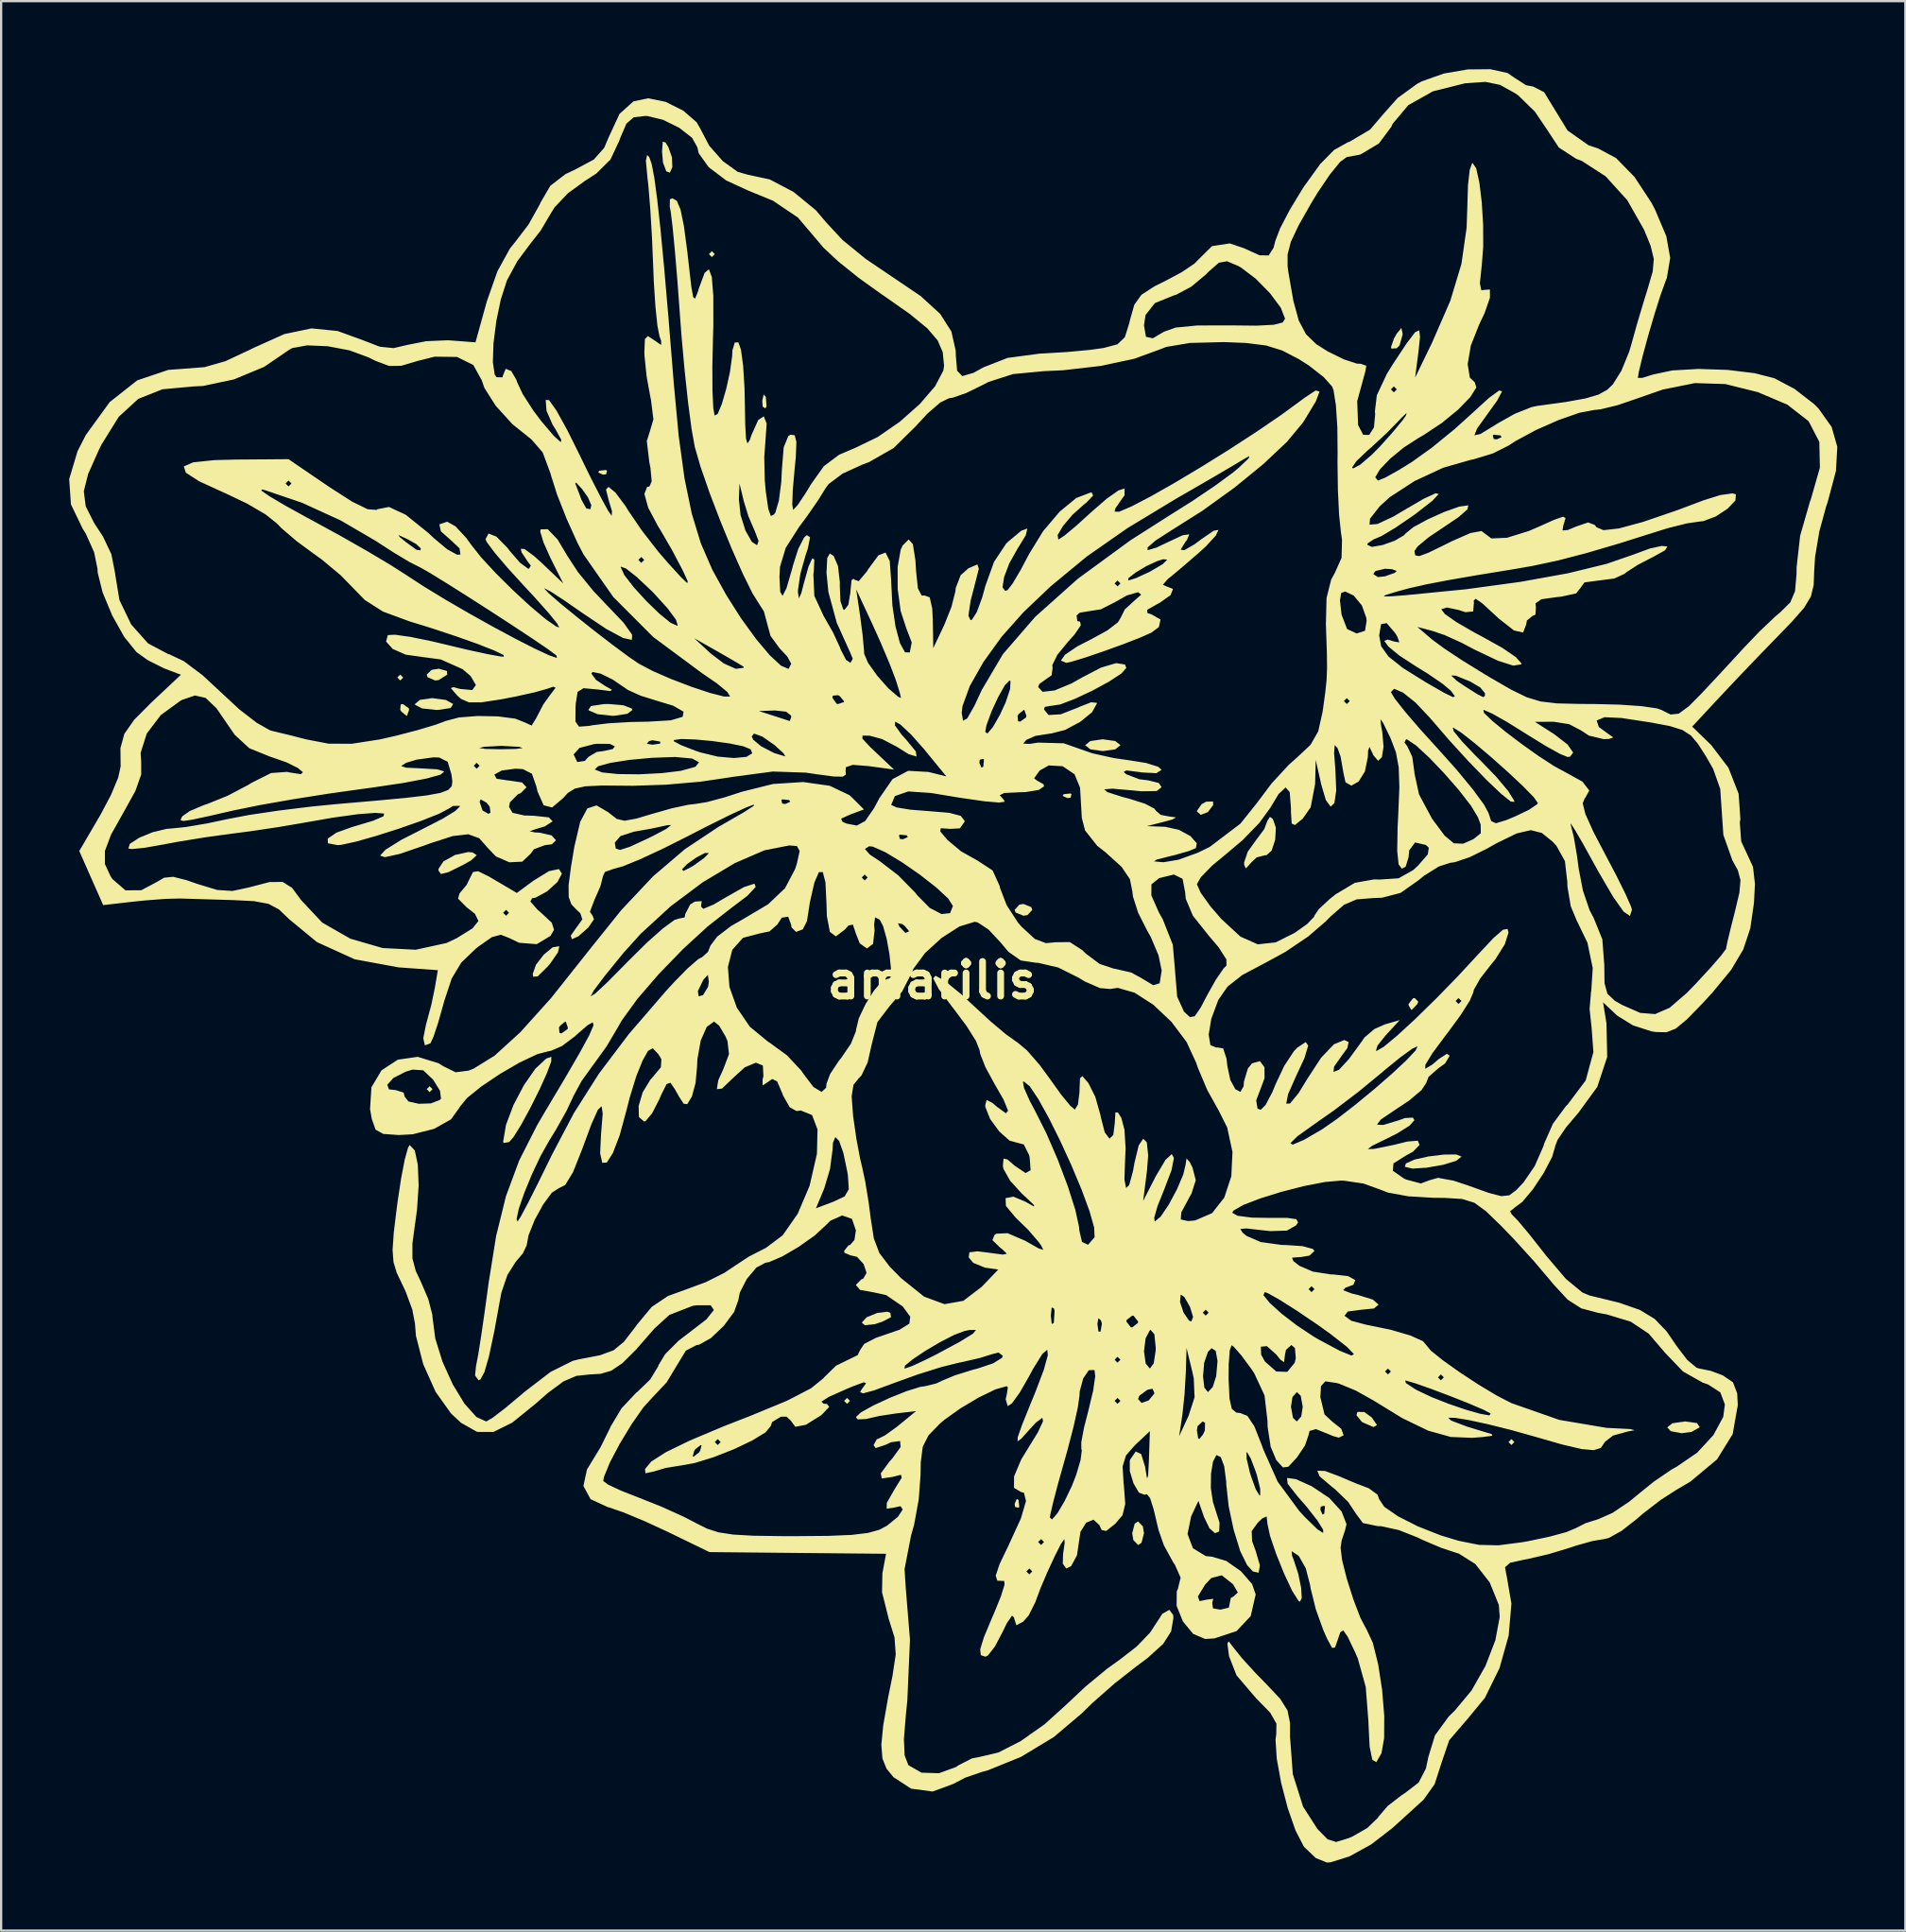
<source format=kicad_pcb>
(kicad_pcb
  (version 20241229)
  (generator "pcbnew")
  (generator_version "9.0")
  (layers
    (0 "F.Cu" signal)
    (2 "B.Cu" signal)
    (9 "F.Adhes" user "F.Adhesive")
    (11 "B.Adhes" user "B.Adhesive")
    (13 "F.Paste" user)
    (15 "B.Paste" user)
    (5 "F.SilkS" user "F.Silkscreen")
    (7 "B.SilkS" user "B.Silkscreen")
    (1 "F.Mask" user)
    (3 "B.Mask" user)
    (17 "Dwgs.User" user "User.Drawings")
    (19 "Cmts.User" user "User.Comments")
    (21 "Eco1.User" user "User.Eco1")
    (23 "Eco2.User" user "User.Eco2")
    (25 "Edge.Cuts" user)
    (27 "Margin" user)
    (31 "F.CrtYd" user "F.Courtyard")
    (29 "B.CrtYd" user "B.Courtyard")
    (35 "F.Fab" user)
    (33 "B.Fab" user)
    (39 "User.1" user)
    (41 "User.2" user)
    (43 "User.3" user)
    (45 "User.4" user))
  (footprint "amarilis"
    (layer "F.Cu")
    (at 38.05 40.159)
    (property "Reference" "amarilis" (at 0 0 0) (layer "F.SilkS") (effects (font (size 1.524 1.524) (thickness 0.3))))
    (attr board_only exclude_from_pos_files exclude_from_bom)
    (fp_poly (pts (xy -23.327 -13.348) (xy -23.456 -13.218) (xy -23.586 -13.348) (xy -23.456 -13.478)) (stroke (width 0) (type solid)) (fill yes) (layer "F.SilkS"))
    (fp_poly (pts (xy -22.031 4.795) (xy -22.16 4.924) (xy -22.29 4.795) (xy -22.16 4.665)) (stroke (width 0) (type solid)) (fill yes) (layer "F.SilkS"))
    (fp_poly (pts (xy -9.59 -32.009) (xy -9.719 -31.88) (xy -9.849 -32.009) (xy -9.719 -32.139)) (stroke (width 0) (type solid)) (fill yes) (layer "F.SilkS"))
    (fp_poly (pts (xy -3.629 18.532) (xy -3.758 18.661) (xy -3.888 18.532) (xy -3.758 18.402)) (stroke (width 0) (type solid)) (fill yes) (layer "F.SilkS"))
    (fp_poly (pts (xy 25.659 20.346) (xy 25.53 20.476) (xy 25.4 20.346) (xy 25.53 20.216)) (stroke (width 0) (type solid)) (fill yes) (layer "F.SilkS"))
    (fp_poly (pts (xy -14.341 -22.463) (xy -14.377 -22.309) (xy -14.514 -22.29) (xy -14.728 -22.385) (xy -14.687 -22.463) (xy -14.379 -22.494)) (stroke (width 0) (type solid)) (fill yes) (layer "F.SilkS"))
    (fp_poly (pts (xy -7.339 -25.708) (xy -7.308 -25.303) (xy -7.36 -25.211) (xy -7.478 -25.288) (xy -7.496 -25.551) (xy -7.433 -25.828)) (stroke (width 0) (type solid)) (fill yes) (layer "F.SilkS"))
    (fp_poly (pts (xy 3.801 22.895) (xy 3.832 23.202) (xy 3.801 23.24) (xy 3.647 23.205) (xy 3.629 23.067) (xy 3.723 22.854)) (stroke (width 0) (type solid)) (fill yes) (layer "F.SilkS"))
    (fp_poly (pts (xy 6.134 -8.207) (xy 6.098 -8.053) (xy 5.961 -8.035) (xy 5.748 -8.13) (xy 5.788 -8.207) (xy 6.096 -8.239)) (stroke (width 0) (type solid)) (fill yes) (layer "F.SilkS"))
    (fp_poly (pts (xy -23.078 -11.993) (xy -23.067 -11.922) (xy -23.156 -11.67) (xy -23.182 -11.663) (xy -23.403 -11.845) (xy -23.456 -11.922) (xy -23.436 -12.161) (xy -23.342 -12.182)) (stroke (width 0) (type solid)) (fill yes) (layer "F.SilkS"))
    (fp_poly (pts (xy -21.398 -13.637) (xy -21.383 -13.478) (xy -21.758 -13.239) (xy -21.916 -13.218) (xy -22.251 -13.363) (xy -22.29 -13.478) (xy -22.072 -13.686) (xy -21.756 -13.737)) (stroke (width 0) (type solid)) (fill yes) (layer "F.SilkS"))
    (fp_poly (pts (xy 4.362 -3.229) (xy 4.406 -3.11) (xy 4.196 -2.88) (xy 4.017 -2.851) (xy 3.672 -2.991) (xy 3.629 -3.11) (xy 3.838 -3.34) (xy 4.017 -3.369)) (stroke (width 0) (type solid)) (fill yes) (layer "F.SilkS"))
    (fp_poly (pts (xy 9.282 24.062) (xy 9.331 24.363) (xy 9.222 24.784) (xy 9.071 24.882) (xy 8.861 24.665) (xy 8.812 24.363) (xy 8.921 23.942) (xy 9.071 23.845)) (stroke (width 0) (type solid)) (fill yes) (layer "F.SilkS"))
    (fp_poly (pts (xy 12.381 -7.727) (xy 12.144 -7.416) (xy 11.832 -7.297) (xy 11.664 -7.448) (xy 11.663 -7.467) (xy 11.871 -7.766) (xy 12.074 -7.878) (xy 12.378 -7.885)) (stroke (width 0) (type solid)) (fill yes) (layer "F.SilkS"))
    (fp_poly (pts (xy 19.043 19.023) (xy 19.371 19.26) (xy 19.604 19.599) (xy 19.448 19.685) (xy 18.983 19.483) (xy 18.928 19.449) (xy 18.696 19.157) (xy 18.74 19.015)) (stroke (width 0) (type solid)) (fill yes) (layer "F.SilkS"))
    (fp_poly (pts (xy 21.423 0.936) (xy 21.383 1.037) (xy 21.15 1.284) (xy 21.108 1.296) (xy 20.997 1.095) (xy 20.994 1.037) (xy 21.193 0.788) (xy 21.268 0.778)) (stroke (width 0) (type solid)) (fill yes) (layer "F.SilkS"))
    (fp_poly (pts (xy -11.764 -36.932) (xy -11.638 -36.731) (xy -11.478 -36.276) (xy -11.461 -35.84) (xy -11.57 -35.6) (xy -11.728 -35.658) (xy -11.873 -36.044) (xy -11.915 -36.523) (xy -11.883 -36.963)) (stroke (width 0) (type solid)) (fill yes) (layer "F.SilkS"))
    (fp_poly (pts (xy -1.847 14.654) (xy -1.822 14.842) (xy -2.197 15.038) (xy -2.527 15.148) (xy -2.972 15.197) (xy -3.11 15.08) (xy -2.896 14.847) (xy -2.433 14.657) (xy -1.985 14.601)) (stroke (width 0) (type solid)) (fill yes) (layer "F.SilkS"))
    (fp_poly (pts (xy 20.73 -28.52) (xy 20.731 -28.461) (xy 20.599 -27.992) (xy 20.476 -27.862) (xy 20.238 -27.845) (xy 20.22 -27.912) (xy 20.351 -28.29) (xy 20.476 -28.51) (xy 20.677 -28.753)) (stroke (width 0) (type solid)) (fill yes) (layer "F.SilkS"))
    (fp_poly (pts (xy -21.447 -12.361) (xy -21.123 -12.182) (xy -21.233 -12.005) (xy -21.761 -11.924) (xy -21.886 -11.922) (xy -22.491 -11.987) (xy -22.799 -12.144) (xy -22.808 -12.182) (xy -22.583 -12.365) (xy -22.046 -12.441)) (stroke (width 0) (type solid)) (fill yes) (layer "F.SilkS"))
    (fp_poly (pts (xy 33.709 19.509) (xy 33.829 19.689) (xy 33.823 19.698) (xy 33.466 19.899) (xy 33.031 19.957) (xy 32.551 19.866) (xy 32.398 19.698) (xy 32.624 19.517) (xy 33.168 19.439) (xy 33.191 19.439)) (stroke (width 0) (type solid)) (fill yes) (layer "F.SilkS"))
    (fp_poly (pts (xy -20.268 -5.641) (xy -20.084 -5.519) (xy -20.334 -5.289) (xy -20.657 -5.106) (xy -21.327 -4.773) (xy -21.661 -4.688) (xy -21.767 -4.834) (xy -21.771 -4.915) (xy -21.551 -5.246) (xy -21.041 -5.529) (xy -20.463 -5.657)) (stroke (width 0) (type solid)) (fill yes) (layer "F.SilkS"))
    (fp_poly (pts (xy -16.443 -1.497) (xy -16.505 -1.234) (xy -16.834 -0.757) (xy -16.955 -0.613) (xy -17.395 -0.178) (xy -17.594 -0.162) (xy -17.616 -0.284) (xy -17.472 -0.691) (xy -17.128 -1.136) (xy -16.737 -1.46) (xy -16.452 -1.505)) (stroke (width 0) (type solid)) (fill yes) (layer "F.SilkS"))
    (fp_poly (pts (xy -13.616 -12.125) (xy -13.248 -11.983) (xy -13.218 -11.922) (xy -13.446 -11.75) (xy -14.004 -11.665) (xy -14.11 -11.663) (xy -14.756 -11.732) (xy -15.145 -11.9) (xy -15.162 -11.922) (xy -15.046 -12.093) (xy -14.498 -12.177) (xy -14.27 -12.182)) (stroke (width 0) (type solid)) (fill yes) (layer "F.SilkS"))
    (fp_poly (pts (xy 8.062 -10.551) (xy 8.294 -10.371) (xy 8.294 -10.367) (xy 8.069 -10.185) (xy 7.526 -10.108) (xy 7.516 -10.108) (xy 6.97 -10.183) (xy 6.739 -10.364) (xy 6.739 -10.367) (xy 6.964 -10.549) (xy 7.507 -10.627) (xy 7.516 -10.627)) (stroke (width 0) (type solid)) (fill yes) (layer "F.SilkS"))
    (fp_poly (pts (xy 23.326 7.763) (xy 23.327 7.768) (xy 23.097 7.949) (xy 22.526 8.125) (xy 21.789 8.254) (xy 21.169 8.294) (xy 20.83 8.214) (xy 20.877 8.067) (xy 21.254 7.897) (xy 21.872 7.759) (xy 22.546 7.676) (xy 23.093 7.67)) (stroke (width 0) (type solid)) (fill yes) (layer "F.SilkS"))
    (fp_poly (pts (xy -16.799 3.573) (xy -16.996 4.101) (xy -17.324 4.824) (xy -17.719 5.616) (xy -18.118 6.35) (xy -18.459 6.899) (xy -18.655 7.124) (xy -18.901 7.164) (xy -18.92 7.108) (xy -18.793 6.362) (xy -18.461 5.485) (xy -18.003 4.615) (xy -17.498 3.89) (xy -17.022 3.445) (xy -16.795 3.369)) (stroke (width 0) (type solid)) (fill yes) (layer "F.SilkS"))
    (fp_poly (pts (xy 15.013 -7.115) (xy 15.146 -6.731) (xy 15.113 -6.195) (xy 14.958 -5.719) (xy 14.724 -5.512) (xy 14.676 -5.52) (xy 14.299 -5.422) (xy 14.069 -5.206) (xy 13.821 -4.933) (xy 13.749 -5.085) (xy 13.745 -5.2) (xy 13.905 -5.674) (xy 14.255 -6.161) (xy 14.632 -6.667) (xy 14.773 -7.039) (xy 14.884 -7.209)) (stroke (width 0) (type solid)) (fill yes) (layer "F.SilkS"))
    (fp_poly (pts (xy 25.358 -39.992) (xy 25.659 -39.785) (xy 26.178 -39.452) (xy 26.482 -39.396) (xy 26.971 -39.147) (xy 27.336 -38.548) (xy 28.003 -37.459) (xy 28.928 -36.807) (xy 29.353 -36.666) (xy 30.14 -36.244) (xy 30.954 -35.412) (xy 31.709 -34.264) (xy 31.855 -33.983) (xy 32.358 -32.797) (xy 32.528 -31.843) (xy 32.384 -30.974) (xy 32.291 -30.726) (xy 32.085 -30.153) (xy 31.822 -29.317) (xy 31.547 -28.377) (xy 31.307 -27.492) (xy 31.145 -26.821) (xy 31.102 -26.552) (xy 31.309 -26.557) (xy 31.767 -26.702) (xy 32.618 -26.883) (xy 33.778 -26.949) (xy 35.053 -26.907) (xy 36.249 -26.762) (xy 37.123 -26.538) (xy 38.01 -26.068) (xy 38.867 -25.405) (xy 39.072 -25.199) (xy 39.644 -24.395) (xy 39.895 -23.516) (xy 39.835 -22.451) (xy 39.471 -21.086) (xy 39.396 -20.864) (xy 39.103 -19.789) (xy 38.915 -18.668) (xy 38.878 -18.082) (xy 38.853 -17.423) (xy 38.729 -16.917) (xy 38.431 -16.421) (xy 37.881 -15.795) (xy 37.387 -15.285) (xy 36.475 -14.345) (xy 35.511 -13.338) (xy 34.703 -12.481) (xy 34.697 -12.475) (xy 33.498 -11.186) (xy 34.337 -10.372) (xy 35.094 -9.375) (xy 35.545 -8.227) (xy 35.622 -7.114) (xy 35.597 -6.962) (xy 35.658 -6.128) (xy 35.907 -5.593) (xy 36.177 -5.008) (xy 36.264 -4.258) (xy 36.22 -3.403) (xy 36.058 -2.292) (xy 35.748 -1.362) (xy 35.215 -0.465) (xy 34.381 0.547) (xy 33.959 1.005) (xy 33.261 1.723) (xy 32.773 2.125) (xy 32.364 2.285) (xy 31.899 2.275) (xy 31.708 2.246) (xy 30.888 1.982) (xy 30.193 1.552) (xy 30.168 1.53) (xy 29.568 0.966) (xy 29.719 1.894) (xy 29.751 3.373) (xy 29.314 4.692) (xy 28.494 5.819) (xy 27.939 6.475) (xy 27.569 7.018) (xy 27.473 7.263) (xy 27.324 7.779) (xy 26.952 8.487) (xy 26.474 9.21) (xy 26.005 9.766) (xy 25.738 9.962) (xy 25.469 10.177) (xy 25.549 10.316) (xy 25.824 10.598) (xy 26.312 11.181) (xy 26.918 11.949) (xy 27.046 12.115) (xy 27.929 13.153) (xy 28.658 13.755) (xy 28.978 13.888) (xy 30.275 14.203) (xy 31.187 14.521) (xy 31.842 14.917) (xy 32.369 15.466) (xy 32.825 16.13) (xy 33.278 16.724) (xy 33.692 17.07) (xy 33.815 17.106) (xy 34.321 17.209) (xy 34.848 17.407) (xy 35.296 17.712) (xy 35.482 18.2) (xy 35.508 18.72) (xy 35.283 19.994) (xy 34.595 21.107) (xy 33.426 22.084) (xy 32.787 22.461) (xy 32.113 22.895) (xy 31.329 23.499) (xy 31.036 23.751) (xy 30.386 24.259) (xy 29.822 24.573) (xy 29.62 24.622) (xy 29.103 24.707) (xy 28.36 24.916) (xy 28.13 24.995) (xy 27.182 25.283) (xy 26.223 25.506) (xy 26.1 25.527) (xy 25.472 25.665) (xy 25.247 25.865) (xy 25.314 26.233) (xy 25.322 26.257) (xy 25.529 27.47) (xy 25.407 28.877) (xy 25.002 30.315) (xy 24.359 31.621) (xy 23.527 32.63) (xy 23.518 32.637) (xy 22.787 33.487) (xy 22.449 34.477) (xy 22.447 34.486) (xy 22.143 35.425) (xy 21.656 36.109) (xy 21.023 36.685) (xy 20.329 37.315) (xy 20.285 37.355) (xy 19.351 38.076) (xy 18.385 38.609) (xy 17.556 38.867) (xy 17.396 38.878) (xy 16.903 38.679) (xy 16.399 38.197) (xy 16.363 38.149) (xy 16.007 37.454) (xy 15.663 36.464) (xy 15.375 35.354) (xy 15.183 34.295) (xy 15.13 33.464) (xy 15.163 33.212) (xy 15.169 32.757) (xy 14.896 32.275) (xy 14.269 31.633) (xy 13.41 30.627) (xy 13.08 29.783) (xy 13.008 29.231) (xy 13.065 29.128) (xy 13.273 29.4) (xy 13.638 29.855) (xy 14.227 30.503) (xy 14.71 30.998) (xy 15.333 31.658) (xy 15.657 32.171) (xy 15.771 32.735) (xy 15.77 33.348) (xy 15.892 34.981) (xy 16.345 36.415) (xy 16.974 37.394) (xy 17.426 37.853) (xy 17.8 37.972) (xy 18.345 37.805) (xy 18.504 37.74) (xy 19.175 37.355) (xy 19.638 36.909) (xy 19.67 36.856) (xy 20.071 36.388) (xy 20.702 35.9) (xy 20.819 35.828) (xy 21.438 35.353) (xy 21.759 34.735) (xy 21.872 34.205) (xy 22.159 33.271) (xy 22.764 32.444) (xy 23.046 32.165) (xy 23.77 31.296) (xy 24.384 30.214) (xy 24.821 29.08) (xy 25.013 28.056) (xy 24.975 27.525) (xy 24.569 26.529) (xy 23.938 25.722) (xy 23.206 25.26) (xy 23.115 25.234) (xy 22.436 25.009) (xy 21.607 24.656) (xy 21.384 24.548) (xy 20.566 24.225) (xy 19.799 24.057) (xy 19.622 24.049) (xy 18.982 23.915) (xy 18.677 23.504) (xy 18.327 22.979) (xy 17.746 22.419) (xy 17.632 22.332) (xy 17.072 21.854) (xy 16.972 21.608) (xy 17.314 21.621) (xy 17.927 21.851) (xy 18.639 22.153) (xy 19.21 22.372) (xy 19.244 22.384) (xy 19.628 22.666) (xy 19.698 22.865) (xy 19.927 23.203) (xy 20.538 23.623) (xy 21.412 24.065) (xy 22.432 24.466) (xy 23.209 24.7) (xy 24.1 24.877) (xy 24.953 24.897) (xy 26.009 24.76) (xy 26.278 24.712) (xy 27.209 24.516) (xy 27.951 24.314) (xy 28.34 24.152) (xy 28.805 23.918) (xy 29.359 23.744) (xy 29.984 23.468) (xy 30.731 22.967) (xy 31.044 22.707) (xy 31.804 22.092) (xy 32.573 21.567) (xy 32.821 21.427) (xy 33.716 20.815) (xy 34.433 20.039) (xy 34.866 19.237) (xy 34.939 18.69) (xy 34.738 18.156) (xy 34.2 17.81) (xy 33.953 17.722) (xy 33.092 17.235) (xy 32.315 16.426) (xy 31.58 15.568) (xy 30.787 15.039) (xy 29.737 14.722) (xy 29.345 14.65) (xy 28.606 14.453) (xy 28.006 14.068) (xy 27.361 13.37) (xy 27.272 13.259) (xy 26.533 12.387) (xy 25.653 11.417) (xy 25.077 10.821) (xy 24.403 10.168) (xy 23.894 9.799) (xy 23.353 9.632) (xy 22.582 9.585) (xy 22.096 9.581) (xy 20.988 9.516) (xy 20.09 9.352) (xy 19.698 9.201) (xy 19.003 8.952) (xy 18.143 8.825) (xy 18.013 8.821) (xy 17.301 8.886) (xy 16.384 9.064) (xy 15.393 9.318) (xy 14.458 9.608) (xy 13.709 9.896) (xy 13.277 10.144) (xy 13.22 10.238) (xy 13.457 10.374) (xy 14.086 10.454) (xy 14.778 10.465) (xy 15.629 10.464) (xy 16.049 10.523) (xy 16.122 10.664) (xy 16.034 10.799) (xy 15.629 11.027) (xy 14.897 11.049) (xy 14.539 11.01) (xy 13.839 10.931) (xy 13.577 10.956) (xy 13.677 11.114) (xy 13.851 11.259) (xy 14.478 11.531) (xy 15.4 11.659) (xy 15.601 11.663) (xy 16.323 11.712) (xy 16.773 11.835) (xy 16.847 11.922) (xy 16.627 12.128) (xy 16.264 12.19) (xy 15.859 12.219) (xy 15.911 12.364) (xy 16.184 12.579) (xy 16.776 12.834) (xy 17.566 12.957) (xy 17.674 12.959) (xy 18.331 13.033) (xy 18.648 13.207) (xy 18.561 13.414) (xy 18.208 13.546) (xy 18.112 13.653) (xy 18.484 13.797) (xy 18.726 13.853) (xy 19.418 14.065) (xy 19.672 14.288) (xy 19.471 14.458) (xy 18.92 14.514) (xy 18.314 14.593) (xy 18.172 14.78) (xy 18.472 15.001) (xy 19.115 15.172) (xy 20.202 15.395) (xy 21.078 15.651) (xy 21.632 15.902) (xy 21.771 16.067) (xy 21.975 16.315) (xy 22.508 16.743) (xy 23.249 17.27) (xy 24.082 17.816) (xy 24.885 18.298) (xy 25.53 18.631) (xy 27.639 19.369) (xy 29.712 19.719) (xy 30.065 19.737) (xy 30.769 19.773) (xy 30.957 19.823) (xy 30.634 19.886) (xy 30.634 19.887) (xy 30.006 20.061) (xy 29.644 20.342) (xy 29.634 20.363) (xy 29.471 20.604) (xy 29.161 20.703) (xy 28.616 20.654) (xy 27.749 20.449) (xy 26.58 20.113) (xy 25.509 19.813) (xy 24.508 19.563) (xy 23.659 19.379) (xy 23.045 19.278) (xy 22.748 19.274) (xy 22.851 19.383) (xy 22.938 19.425) (xy 23.577 19.667) (xy 24.234 19.867) (xy 24.659 19.994) (xy 24.685 20.069) (xy 24.266 20.124) (xy 23.796 20.159) (xy 22.853 20.121) (xy 21.862 19.845) (xy 20.712 19.289) (xy 19.445 18.512) (xy 18.675 18.08) (xy 17.94 17.776) (xy 17.819 17.742) (xy 17.323 17.67) (xy 17.134 17.88) (xy 17.106 18.365) (xy 17.289 19.128) (xy 17.624 19.439) (xy 18.028 19.761) (xy 18.132 20.046) (xy 17.924 20.152) (xy 17.689 20.09) (xy 17.124 19.861) (xy 16.912 19.775) (xy 16.63 19.856) (xy 16.588 20.03) (xy 16.43 20.495) (xy 16.07 21.03) (xy 15.693 21.435) (xy 15.453 21.463) (xy 15.162 21.139) (xy 14.915 20.551) (xy 14.783 19.69) (xy 14.773 19.393) (xy 14.703 18.791) (xy 15.81 18.791) (xy 15.899 19.278) (xy 16.069 19.439) (xy 16.264 19.217) (xy 16.329 18.791) (xy 16.24 18.304) (xy 16.069 18.143) (xy 15.875 18.365) (xy 15.81 18.791) (xy 14.703 18.791) (xy 14.645 18.288) (xy 14.34 17.635) (xy 20.844 17.635) (xy 20.879 17.746) (xy 21.27 18.005) (xy 21.383 18.068) (xy 22.003 18.362) (xy 22.751 18.657) (xy 23.506 18.916) (xy 24.149 19.099) (xy 24.558 19.17) (xy 24.613 19.091) (xy 24.601 19.08) (xy 24.29 18.917) (xy 23.648 18.644) (xy 22.831 18.32) (xy 21.994 18.005) (xy 21.291 17.757) (xy 20.879 17.638) (xy 20.844 17.635) (xy 14.34 17.635) (xy 14.275 17.495) (xy 22.29 17.495) (xy 22.419 17.624) (xy 22.549 17.495) (xy 22.419 17.365) (xy 22.29 17.495) (xy 14.275 17.495) (xy 14.191 17.314) (xy 14.061 17.119) (xy 13.615 16.517) (xy 13.286 16.144) (xy 14.483 16.144) (xy 14.496 16.497) (xy 14.665 16.798) (xy 15.164 17.237) (xy 15.648 17.251) (xy 15.66 17.236) (xy 19.957 17.236) (xy 20.087 17.365) (xy 20.216 17.236) (xy 20.087 17.106) (xy 19.957 17.236) (xy 15.66 17.236) (xy 15.975 16.854) (xy 16.023 16.65) (xy 15.984 16.2) (xy 15.828 16.069) (xy 15.589 16.284) (xy 15.543 16.523) (xy 15.505 16.823) (xy 15.338 16.71) (xy 15.17 16.496) (xy 14.749 16.119) (xy 14.483 16.144) (xy 13.286 16.144) (xy 13.283 16.141) (xy 13.191 16.079) (xy 13.111 16.309) (xy 13.066 16.913) (xy 13.061 17.573) (xy 13.1 18.429) (xy 13.202 18.883) (xy 13.408 19.051) (xy 13.568 19.064) (xy 13.891 19.193) (xy 14.199 19.656) (xy 14.544 20.536) (xy 14.589 20.667) (xy 15.224 22.091) (xy 16.172 23.378) (xy 16.42 23.648) (xy 16.968 24.184) (xy 17.231 24.353) (xy 17.227 24.208) (xy 16.975 23.802) (xy 16.602 23.327) (xy 17.106 23.327) (xy 17.201 23.54) (xy 17.279 23.499) (xy 17.31 23.192) (xy 17.279 23.154) (xy 17.125 23.189) (xy 17.106 23.327) (xy 16.602 23.327) (xy 16.494 23.188) (xy 16.106 22.746) (xy 15.664 22.183) (xy 15.638 21.927) (xy 16.026 21.98) (xy 16.726 22.294) (xy 17.503 22.813) (xy 18.043 23.408) (xy 18.259 23.964) (xy 18.197 24.226) (xy 18.044 24.686) (xy 17.998 25.007) (xy 18.065 25.552) (xy 18.274 26.378) (xy 18.565 27.292) (xy 18.875 28.099) (xy 19.142 28.605) (xy 19.148 28.612) (xy 19.421 29.2) (xy 19.654 30.139) (xy 19.828 31.263) (xy 19.922 32.406) (xy 19.917 33.4) (xy 19.8 34.061) (xy 19.573 34.454) (xy 19.397 34.35) (xy 19.278 33.77) (xy 19.226 32.734) (xy 19.225 32.662) (xy 19.107 31.141) (xy 18.758 29.89) (xy 18.641 29.616) (xy 18.308 28.919) (xy 18.112 28.643) (xy 17.984 28.732) (xy 17.883 29.029) (xy 17.753 29.4) (xy 17.623 29.417) (xy 17.412 29.03) (xy 17.238 28.64) (xy 16.907 27.72) (xy 16.675 26.786) (xy 16.652 26.635) (xy 16.462 25.908) (xy 16.167 25.386) (xy 16.117 25.339) (xy 15.838 25.155) (xy 15.862 25.364) (xy 15.928 25.53) (xy 16.132 26.151) (xy 16.258 26.765) (xy 16.286 27.226) (xy 16.201 27.386) (xy 16.142 27.344) (xy 15.861 26.898) (xy 15.508 26.146) (xy 15.158 25.278) (xy 14.888 24.483) (xy 14.774 23.951) (xy 14.773 23.936) (xy 14.738 23.625) (xy 14.544 23.711) (xy 14.346 23.902) (xy 14.078 24.274) (xy 14.097 24.712) (xy 14.251 25.132) (xy 14.44 25.777) (xy 14.386 26.105) (xy 14.131 26.048) (xy 13.877 25.77) (xy 13.573 25.151) (xy 13.285 24.216) (xy 13.063 23.168) (xy 12.958 22.207) (xy 12.955 22.083) (xy 12.868 21.414) (xy 12.717 21.012) (xy 12.524 20.919) (xy 12.374 21.206) (xy 12.286 21.738) (xy 12.279 22.378) (xy 12.371 22.987) (xy 12.424 23.152) (xy 12.663 23.907) (xy 12.646 24.285) (xy 12.462 24.363) (xy 12.217 24.146) (xy 11.978 23.651) (xy 11.731 22.938) (xy 11.411 23.618) (xy 11.251 24.397) (xy 11.487 25.025) (xy 12.054 25.37) (xy 12.332 25.4) (xy 12.958 25.585) (xy 13.605 26.038) (xy 14.096 26.604) (xy 14.255 27.061) (xy 14.036 28.015) (xy 13.413 28.676) (xy 12.434 29) (xy 12.028 29.025) (xy 11.499 28.801) (xy 11.046 28.251) (xy 10.77 27.563) (xy 10.773 27.152) (xy 11.708 27.152) (xy 11.781 27.357) (xy 12.095 27.292) (xy 12.387 27.255) (xy 12.338 27.429) (xy 12.372 27.675) (xy 12.7 27.733) (xy 13.074 27.643) (xy 13.102 27.496) (xy 13.158 27.217) (xy 13.282 27.149) (xy 13.467 26.975) (xy 13.257 26.615) (xy 13.251 26.608) (xy 12.759 26.218) (xy 12.299 26.337) (xy 12.024 26.631) (xy 11.708 27.152) (xy 10.773 27.152) (xy 10.775 26.928) (xy 10.827 26.811) (xy 10.946 26.323) (xy 10.697 25.761) (xy 10.621 25.651) (xy 10.208 24.897) (xy 9.972 24.218) (xy 9.756 23.308) (xy 9.598 22.814) (xy 9.46 22.642) (xy 9.35 22.667) (xy 9.109 22.575) (xy 8.868 22.165) (xy 8.707 21.63) (xy 8.705 21.164) (xy 8.717 21.127) (xy 8.967 20.761) (xy 9.207 20.876) (xy 9.382 21.438) (xy 9.402 21.577) (xy 9.466 21.946) (xy 9.512 21.836) (xy 9.545 21.229) (xy 9.548 21.143) (xy 9.56 20.795) (xy 13.849 20.795) (xy 13.856 21.079) (xy 13.993 21.664) (xy 14.048 21.849) (xy 14.259 22.429) (xy 14.424 22.698) (xy 14.454 22.696) (xy 14.453 22.403) (xy 14.31 21.816) (xy 14.255 21.642) (xy 14.036 21.066) (xy 13.875 20.796) (xy 13.849 20.795) (xy 9.56 20.795) (xy 9.583 20.087) (xy 10.881 20.087) (xy 11.001 19.828) (xy 11.663 19.828) (xy 11.719 20.173) (xy 11.765 20.216) (xy 11.932 20.014) (xy 12.016 19.828) (xy 12.022 19.494) (xy 11.914 19.439) (xy 11.692 19.649) (xy 11.663 19.828) (xy 11.001 19.828) (xy 11.297 19.186) (xy 11.561 18.372) (xy 11.525 17.545) (xy 11.504 17.445) (xy 11.933 17.445) (xy 11.992 17.947) (xy 12.151 18.143) (xy 12.361 17.92) (xy 12.513 17.447) (xy 12.573 16.776) (xy 12.493 16.327) (xy 12.31 16.211) (xy 12.15 16.372) (xy 11.985 16.849) (xy 11.933 17.445) (xy 11.504 17.445) (xy 11.46 17.242) (xy 11.207 16.199) (xy 11.176 17.268) (xy 11.121 18.213) (xy 11.027 19.116) (xy 11.013 19.212) (xy 10.881 20.087) (xy 9.583 20.087) (xy 9.59 19.867) (xy 8.939 20.478) (xy 8.538 20.933) (xy 8.389 21.418) (xy 8.431 22.155) (xy 8.446 22.275) (xy 8.505 23.072) (xy 8.384 23.571) (xy 8.065 23.947) (xy 7.667 24.264) (xy 7.466 24.223) (xy 7.362 24.003) (xy 7.105 23.767) (xy 6.78 23.901) (xy 6.532 24.301) (xy 6.48 24.633) (xy 6.377 25.337) (xy 6.12 25.813) (xy 5.903 25.918) (xy 5.75 25.703) (xy 5.765 25.27) (xy 5.834 24.787) (xy 5.819 24.622) (xy 5.671 24.836) (xy 5.399 25.371) (xy 5.076 26.07) (xy 4.775 26.773) (xy 4.569 27.324) (xy 4.55 27.385) (xy 4.249 27.985) (xy 4.007 28.259) (xy 3.705 28.421) (xy 3.612 28.13) (xy 3.61 28.088) (xy 3.515 27.995) (xy 3.283 28.331) (xy 3.103 28.705) (xy 2.759 29.358) (xy 2.45 29.753) (xy 2.343 29.806) (xy 2.138 29.739) (xy 2.11 29.48) (xy 2.276 28.942) (xy 2.655 28.038) (xy 2.718 27.896) (xy 3.024 27.145) (xy 3.184 26.629) (xy 3.171 26.469) (xy 2.866 26.456) (xy 2.794 26.235) (xy 2.857 26.048) (xy 4.147 26.048) (xy 4.277 26.178) (xy 4.406 26.048) (xy 4.277 25.918) (xy 4.147 26.048) (xy 2.857 26.048) (xy 2.965 25.725) (xy 3.366 24.889) (xy 3.428 24.752) (xy 4.665 24.752) (xy 4.795 24.882) (xy 4.924 24.752) (xy 4.795 24.622) (xy 4.665 24.752) (xy 3.428 24.752) (xy 3.905 23.712) (xy 3.917 23.672) (xy 5.184 23.672) (xy 5.278 23.758) (xy 5.517 23.481) (xy 5.831 22.949) (xy 6.154 22.275) (xy 6.338 21.804) (xy 6.534 21.143) (xy 6.59 20.714) (xy 6.569 20.652) (xy 6.567 20.355) (xy 6.688 19.708) (xy 6.885 18.937) (xy 6.982 18.532) (xy 8.035 18.532) (xy 8.164 18.661) (xy 8.294 18.532) (xy 8.214 18.451) (xy 9.071 18.451) (xy 9.224 18.621) (xy 9.534 18.515) (xy 9.782 18.214) (xy 9.79 18.191) (xy 9.709 17.996) (xy 9.482 18.041) (xy 9.125 18.306) (xy 9.071 18.451) (xy 8.214 18.451) (xy 8.164 18.402) (xy 8.035 18.532) (xy 6.982 18.532) (xy 7.089 18.089) (xy 7.181 17.447) (xy 7.15 17.171) (xy 6.899 17.178) (xy 6.652 17.541) (xy 6.499 18.106) (xy 6.484 18.333) (xy 6.411 18.838) (xy 6.222 19.686) (xy 5.951 20.726) (xy 5.832 21.149) (xy 5.543 22.177) (xy 5.32 23.026) (xy 5.197 23.567) (xy 5.184 23.672) (xy 3.917 23.672) (xy 4.13 22.944) (xy 4.039 22.581) (xy 3.915 22.549) (xy 3.599 22.363) (xy 3.605 21.857) (xy 3.923 21.107) (xy 4.168 20.706) (xy 4.651 19.921) (xy 4.88 19.43) (xy 4.85 19.275) (xy 4.558 19.496) (xy 4.254 19.828) (xy 3.923 20.198) (xy 3.757 20.315) (xy 3.766 20.127) (xy 3.958 19.584) (xy 4.341 18.634) (xy 4.528 18.181) (xy 4.914 17.164) (xy 5.037 16.717) (xy 8.035 16.717) (xy 8.164 16.847) (xy 8.294 16.717) (xy 8.164 16.588) (xy 8.035 16.717) (xy 5.037 16.717) (xy 5.091 16.521) (xy 5.074 16.344) (xy 9.331 16.344) (xy 9.407 16.883) (xy 9.59 17.106) (xy 9.76 16.878) (xy 9.846 16.316) (xy 9.849 16.184) (xy 9.788 15.594) (xy 9.625 15.406) (xy 9.59 15.421) (xy 9.403 15.772) (xy 9.331 16.344) (xy 5.074 16.344) (xy 5.067 16.278) (xy 4.851 16.463) (xy 4.453 17.101) (xy 4.272 17.437) (xy 3.854 18.165) (xy 3.509 18.642) (xy 3.324 18.763) (xy 3.233 18.457) (xy 3.279 18.264) (xy 3.33 17.933) (xy 3.276 17.884) (xy 2.78 18.025) (xy 2.042 18.384) (xy 1.232 18.865) (xy 0.521 19.374) (xy 0.324 19.543) (xy -0.169 20.053) (xy -0.42 20.547) (xy -0.51 21.232) (xy -0.518 21.776) (xy -0.599 22.876) (xy -0.805 24.002) (xy -0.934 24.453) (xy -1.224 25.945) (xy -1.172 26.767) (xy -0.985 29.06) (xy -1.102 31.744) (xy -1.162 32.327) (xy -1.253 33.442) (xy -1.221 34.155) (xy -1.061 34.57) (xy -1.042 34.595) (xy -0.476 34.917) (xy 0.293 34.941) (xy 1.044 34.667) (xy 1.151 34.593) (xy 1.744 34.289) (xy 2.133 34.212) (xy 2.915 34.027) (xy 3.898 33.524) (xy 4.948 32.785) (xy 5.9 31.924) (xy 6.755 31.12) (xy 7.7 30.34) (xy 8.265 29.934) (xy 9.011 29.356) (xy 9.6 28.743) (xy 9.796 28.443) (xy 10.141 27.914) (xy 10.448 27.74) (xy 10.617 27.963) (xy 10.627 28.1) (xy 10.528 28.69) (xy 10.177 29.241) (xy 9.49 29.863) (xy 8.98 30.244) (xy 8.03 30.989) (xy 7.058 31.844) (xy 6.574 32.316) (xy 5.356 33.346) (xy 3.905 34.223) (xy 2.448 34.813) (xy 2.203 34.879) (xy 1.456 35.135) (xy 0.914 35.417) (xy 0.012 35.748) (xy -0.936 35.621) (xy -1.712 35.116) (xy -2.021 34.738) (xy -2.199 34.295) (xy -2.247 33.69) (xy -2.164 32.831) (xy -1.952 31.622) (xy -1.757 30.658) (xy -1.613 29.709) (xy -1.667 28.954) (xy -1.92 28.148) (xy -2.217 26.965) (xy -2.201 26.13) (xy -2.04 25.27) (xy -9.822 25.196) (xy -11.714 24.279) (xy -12.705 23.823) (xy -13.602 23.45) (xy -14.237 23.23) (xy -14.312 23.212) (xy -15.067 22.862) (xy -15.381 22.281) (xy -15.334 22.061) (xy -14.508 22.061) (xy -14.288 22.224) (xy -13.707 22.495) (xy -12.965 22.785) (xy -11.939 23.193) (xy -10.942 23.645) (xy -10.409 23.922) (xy -9.933 24.161) (xy -9.43 24.324) (xy -8.787 24.423) (xy -7.893 24.474) (xy -6.634 24.492) (xy -6.052 24.493) (xy -4.596 24.481) (xy -3.559 24.438) (xy -2.841 24.352) (xy -2.341 24.213) (xy -1.998 24.033) (xy -1.517 23.64) (xy -1.305 23.319) (xy -1.402 23.172) (xy -1.685 23.233) (xy -2.013 23.283) (xy -2.006 23.025) (xy -1.661 22.42) (xy -1.633 22.376) (xy -1.35 21.917) (xy -1.383 21.787) (xy -1.758 21.883) (xy -1.762 21.884) (xy -2.23 21.952) (xy -2.272 21.726) (xy -1.89 21.207) (xy -1.77 21.076) (xy -1.396 20.562) (xy -1.422 20.3) (xy -1.817 20.353) (xy -2.051 20.464) (xy -2.495 20.611) (xy -2.592 20.485) (xy -2.446 20.218) (xy -2.397 20.207) (xy -2.086 20.051) (xy -1.569 19.678) (xy -1.459 19.589) (xy -0.716 18.981) (xy -1.586 19.083) (xy -2.333 19.196) (xy -2.911 19.328) (xy -2.913 19.329) (xy -3.29 19.348) (xy -3.369 19.245) (xy -3.151 19.04) (xy -2.6 18.734) (xy -1.875 18.398) (xy -1.132 18.101) (xy -0.529 17.914) (xy -0.315 17.884) (xy 0.171 17.764) (xy 0.457 17.63) (xy 0.988 17.409) (xy 1.761 17.167) (xy 2.009 17.102) (xy 2.677 16.878) (xy 3.068 16.637) (xy 3.11 16.55) (xy 2.922 16.399) (xy 2.657 16.465) (xy 2.111 16.636) (xy 1.34 16.815) (xy 1.166 16.849) (xy 0.389 17.043) (xy -0.64 17.366) (xy -1.663 17.735) (xy -2.571 18.07) (xy -3.06 18.201) (xy -3.186 18.139) (xy -3.101 18.002) (xy -2.919 17.752) (xy -3.02 17.712) (xy -3.483 17.883) (xy -3.757 17.996) (xy -4.552 18.35) (xy -4.887 18.563) (xy -4.792 18.657) (xy -4.644 18.667) (xy -4.544 18.794) (xy -4.862 19.13) (xy -4.924 19.18) (xy -5.575 19.585) (xy -6.039 19.673) (xy -6.22 19.429) (xy -6.22 19.42) (xy -6.426 19.227) (xy -6.674 19.229) (xy -7.06 19.462) (xy -7.128 19.65) (xy -7.353 19.919) (xy -7.938 20.276) (xy -8.745 20.661) (xy -9.638 21.012) (xy -10.478 21.27) (xy -11.015 21.368) (xy -11.757 21.488) (xy -12.282 21.645) (xy -12.646 21.721) (xy -12.665 21.536) (xy -12.392 21.206) (xy -12.034 20.977) (xy -10.563 20.977) (xy -10.528 20.994) (xy -10.291 20.811) (xy -10.238 20.735) (xy -10.172 20.492) (xy -10.207 20.476) (xy -10.444 20.658) (xy -10.497 20.735) (xy -10.563 20.977) (xy -12.034 20.977) (xy -11.747 20.793) (xy -10.828 20.346) (xy -9.59 20.346) (xy -9.46 20.476) (xy -9.331 20.346) (xy -9.46 20.216) (xy -9.59 20.346) (xy -10.828 20.346) (xy -10.697 20.282) (xy -9.206 19.655) (xy -7.961 19.167) (xy -6.404 18.524) (xy -5.347 17.977) (xy -4.796 17.53) (xy -4.772 17.496) (xy -4.372 17.105) (xy -1.228 17.105) (xy -1.209 17.106) (xy -0.889 16.995) (xy -0.274 16.71) (xy 0.203 16.469) (xy 1.227 15.918) (xy 1.795 15.567) (xy 1.926 15.402) (xy 1.636 15.407) (xy 1.426 15.45) (xy 0.964 15.623) (xy 0.35 15.938) (xy -0.296 16.319) (xy -0.854 16.691) (xy -1.204 16.978) (xy -1.228 17.105) (xy -4.372 17.105) (xy -4.244 16.98) (xy -3.746 16.737) (xy -3.293 16.516) (xy -3.177 16.279) (xy -2.998 16.017) (xy -2.477 15.749) (xy -2.333 15.701) (xy -1.447 15.396) (xy -1.012 15.127) (xy -0.974 14.822) (xy -1.009 14.773) (xy 5.225 14.773) (xy 5.265 15.141) (xy 5.267 15.141) (xy 7.278 15.141) (xy 7.325 15.477) (xy 7.414 15.481) (xy 7.476 15.134) (xy 7.448 15.033) (xy 8.553 15.033) (xy 8.75 15.284) (xy 8.812 15.292) (xy 9.064 15.095) (xy 9.071 15.033) (xy 8.874 14.781) (xy 8.812 14.773) (xy 8.561 14.971) (xy 8.553 15.033) (xy 7.448 15.033) (xy 7.434 14.984) (xy 7.319 14.886) (xy 7.278 15.141) (xy 5.267 15.141) (xy 5.355 15.097) (xy 5.39 14.567) (xy 5.355 14.449) (xy 5.261 14.417) (xy 5.225 14.773) (xy -1.009 14.773) (xy -1.276 14.407) (xy -1.322 14.357) (xy -2.043 13.865) (xy -2.637 13.737) (xy -3.184 13.641) (xy -3.373 13.422) (xy -3.134 13.18) (xy -3.045 13.144) (xy -2.899 12.89) (xy -3.029 12.5) (xy -3.323 12.181) (xy -3.604 12.117) (xy -3.872 12.005) (xy -3.888 11.922) (xy -3.691 11.671) (xy -3.629 11.663) (xy -3.434 11.441) (xy -3.369 11.015) (xy -3.544 10.509) (xy -3.969 10.359) (xy -4.492 10.589) (xy -4.695 10.791) (xy -5.185 11.243) (xy -5.885 11.738) (xy -6.616 12.166) (xy -7.2 12.416) (xy -7.352 12.441) (xy -7.753 12.653) (xy -8.178 13.157) (xy -8.485 13.754) (xy -8.553 14.097) (xy -8.739 14.614) (xy -9.194 15.226) (xy -9.759 15.762) (xy -10.278 16.054) (xy -10.387 16.069) (xy -10.865 16.317) (xy -11.24 16.933) (xy -11.711 17.714) (xy -12.33 18.37) (xy -12.742 18.823) (xy -13.254 19.556) (xy -13.775 20.414) (xy -14.212 21.24) (xy -14.473 21.877) (xy -14.508 22.061) (xy -15.334 22.061) (xy -15.223 21.551) (xy -15.075 21.311) (xy -14.626 20.573) (xy -14.208 19.727) (xy -14.179 19.659) (xy -13.701 18.86) (xy -13.065 18.182) (xy -13.002 18.134) (xy -12.437 17.587) (xy -12.088 17.015) (xy -12.069 16.953) (xy -11.776 16.469) (xy -11.192 15.886) (xy -10.754 15.55) (xy -9.958 14.938) (xy -9.63 14.525) (xy -9.772 14.316) (xy -10.384 14.316) (xy -10.562 14.342) (xy -11.591 14.742) (xy -12.256 15.348) (xy -13.066 16.277) (xy -13.663 16.87) (xy -14.15 17.2) (xy -14.63 17.34) (xy -15.089 17.365) (xy -15.69 17.429) (xy -16.258 17.672) (xy -16.937 18.173) (xy -17.495 18.661) (xy -18.518 19.49) (xy -19.344 19.899) (xy -20.066 19.899) (xy -20.775 19.498) (xy -21.216 19.088) (xy -21.894 18.138) (xy -22.443 16.915) (xy -22.764 15.666) (xy -22.808 15.111) (xy -22.925 14.504) (xy -23.218 13.712) (xy -23.361 13.41) (xy -23.612 12.883) (xy -23.753 12.418) (xy -23.794 11.876) (xy -23.742 11.119) (xy -23.607 10.009) (xy -23.578 9.792) (xy -23.417 8.72) (xy -23.253 7.873) (xy -23.108 7.359) (xy -23.037 7.257) (xy -22.814 7.494) (xy -22.681 8.126) (xy -22.645 9.036) (xy -22.717 10.109) (xy -22.787 10.621) (xy -22.919 11.591) (xy -22.919 12.253) (xy -22.77 12.809) (xy -22.544 13.286) (xy -22.217 14.052) (xy -22.041 14.734) (xy -22.031 14.87) (xy -21.911 15.785) (xy -21.593 16.804) (xy -21.142 17.802) (xy -20.622 18.656) (xy -20.096 19.242) (xy -19.665 19.439) (xy -19.389 19.279) (xy -18.838 18.858) (xy -18.123 18.26) (xy -17.994 18.148) (xy -16.827 17.253) (xy -15.846 16.765) (xy -15.582 16.7) (xy -14.651 16.521) (xy -14.051 16.301) (xy -13.598 15.929) (xy -13.109 15.297) (xy -13.023 15.175) (xy -12.37 14.389) (xy -11.653 13.909) (xy -10.892 13.633) (xy -9.975 13.294) (xy -9.154 12.881) (xy -8.867 12.687) (xy -8.093 12.175) (xy -7.336 11.788) (xy -6.597 11.234) (xy -5.934 10.283) (xy -5.831 10.043) (xy -5.13 10.043) (xy -4.357 9.752) (xy -3.864 9.519) (xy -3.681 9.203) (xy -3.72 8.611) (xy -3.745 8.448) (xy -3.92 7.609) (xy -4.109 7.076) (xy -4.275 6.904) (xy -4.38 7.152) (xy -4.398 7.46) (xy -4.51 8.316) (xy -4.768 9.177) (xy -5.13 10.043) (xy -5.831 10.043) (xy -5.411 9.055) (xy -5.093 7.672) (xy -5.086 7.616) (xy -5.061 6.568) (xy -5.302 5.934) (xy -5.799 5.733) (xy -5.986 5.758) (xy -6.286 5.59) (xy -6.561 5.108) (xy -3.556 5.108) (xy -3.493 5.966) (xy -3.489 5.999) (xy -3.351 6.959) (xy -3.187 7.836) (xy -3.108 8.164) (xy -2.957 8.862) (xy -2.802 9.819) (xy -2.719 10.464) (xy -2.578 11.371) (xy -2.334 12.016) (xy -1.874 12.619) (xy -1.379 13.12) (xy -0.362 13.937) (xy 0.537 14.269) (xy 1.091 14.171) (xy 10.919 14.171) (xy 11.077 14.643) (xy 11.316 14.99) (xy 11.416 15.033) (xy 11.495 14.834) (xy 11.437 14.644) (xy 11.922 14.644) (xy 12.052 14.773) (xy 12.182 14.644) (xy 12.052 14.514) (xy 11.922 14.644) (xy 11.437 14.644) (xy 11.356 14.384) (xy 11.109 13.95) (xy 10.985 13.869) (xy 14.595 13.869) (xy 14.871 14.211) (xy 15.394 14.685) (xy 16.074 15.208) (xy 16.818 15.701) (xy 17.02 15.819) (xy 17.958 16.322) (xy 18.48 16.534) (xy 18.586 16.471) (xy 18.277 16.149) (xy 17.555 15.584) (xy 16.965 15.162) (xy 16.057 14.548) (xy 15.297 14.067) (xy 14.791 13.784) (xy 14.657 13.737) (xy 14.595 13.869) (xy 10.985 13.869) (xy 10.95 13.846) (xy 10.919 14.171) (xy 1.091 14.171) (xy 1.369 14.121) (xy 2.041 13.607) (xy 16.588 13.607) (xy 16.717 13.737) (xy 16.847 13.607) (xy 16.717 13.478) (xy 16.588 13.607) (xy 2.041 13.607) (xy 2.182 13.499) (xy 2.906 12.743) (xy 2.316 12.657) (xy 1.802 12.447) (xy 1.605 12.207) (xy 1.633 11.984) (xy 1.991 11.939) (xy 2.492 12.001) (xy 3.111 12.084) (xy 3.286 12.045) (xy 3.086 11.85) (xy 2.982 11.771) (xy 2.648 11.446) (xy 2.741 11.218) (xy 2.821 11.163) (xy 3.32 11.141) (xy 4.089 11.472) (xy 4.116 11.488) (xy 4.69 11.812) (xy 4.893 11.875) (xy 4.797 11.682) (xy 4.684 11.524) (xy 4.213 10.978) (xy 3.679 10.461) (xy 3.245 9.94) (xy 3.228 9.598) (xy 3.575 9.53) (xy 4.096 9.749) (xy 4.474 9.958) (xy 4.493 9.91) (xy 4.138 9.57) (xy 3.953 9.403) (xy 3.431 8.83) (xy 3.135 8.307) (xy 3.11 8.17) (xy 3.139 7.852) (xy 3.313 7.891) (xy 3.63 8.166) (xy 4.111 8.49) (xy 4.333 8.366) (xy 4.29 7.799) (xy 4.265 7.694) (xy 4.03 7.227) (xy 3.766 7.161) (xy 3.402 7.06) (xy 2.949 6.655) (xy 2.549 6.109) (xy 2.339 5.584) (xy 2.333 5.497) (xy 2.395 5.268) (xy 2.653 5.401) (xy 2.851 5.572) (xy 3.245 5.857) (xy 3.339 5.742) (xy 3.137 5.248) (xy 2.728 4.536) (xy 2.694 4.473) (xy 3.994 4.473) (xy 4.044 4.743) (xy 4.296 5.309) (xy 4.522 5.734) (xy 5.028 6.74) (xy 5.53 7.9) (xy 5.973 9.072) (xy 6.304 10.111) (xy 6.47 10.873) (xy 6.48 11.021) (xy 6.599 11.526) (xy 6.865 11.65) (xy 7.139 11.336) (xy 7.153 11.302) (xy 7.133 10.887) (xy 6.927 10.161) (xy 6.58 9.22) (xy 6.136 8.16) (xy 5.641 7.078) (xy 5.139 6.07) (xy 4.675 5.233) (xy 4.292 4.662) (xy 4.035 4.454) (xy 3.994 4.473) (xy 2.694 4.473) (xy 2.341 3.823) (xy 2.11 3.233) (xy 2.082 3.069) (xy 1.922 2.665) (xy 1.508 2.007) (xy 0.93 1.235) (xy 0.893 1.19) (xy 0.284 0.379) (xy 0.04 -0.088) (xy 0.138 -0.208) (xy 0.554 0.02) (xy 1.263 0.6) (xy 1.804 1.102) (xy 2.566 1.803) (xy 3.25 2.379) (xy 3.719 2.713) (xy 3.747 2.728) (xy 4.17 3.08) (xy 4.728 3.72) (xy 5.182 4.339) (xy 5.685 5.041) (xy 6.088 5.531) (xy 6.285 5.693) (xy 6.42 5.473) (xy 6.487 4.924) (xy 6.488 4.86) (xy 6.511 4.311) (xy 6.616 4.218) (xy 6.876 4.52) (xy 6.883 4.529) (xy 7.184 5.13) (xy 7.409 5.922) (xy 7.426 6.019) (xy 7.603 6.701) (xy 7.81 6.975) (xy 7.979 6.812) (xy 8.043 6.285) (xy 8.071 5.818) (xy 8.181 5.82) (xy 8.331 6.056) (xy 8.471 6.583) (xy 8.52 7.398) (xy 8.498 7.923) (xy 8.469 8.777) (xy 8.541 9.147) (xy 8.679 9.021) (xy 8.849 8.39) (xy 8.911 8.04) (xy 9.099 7.268) (xy 9.299 6.977) (xy 9.456 7.137) (xy 9.515 7.716) (xy 9.466 8.359) (xy 9.294 9.719) (xy 9.857 8.619) (xy 10.281 7.906) (xy 10.554 7.655) (xy 10.651 7.822) (xy 10.545 8.365) (xy 10.225 9.206) (xy 9.926 9.952) (xy 9.78 10.466) (xy 9.805 10.627) (xy 10.064 10.413) (xy 10.421 9.885) (xy 10.784 9.209) (xy 11.062 8.555) (xy 11.162 8.129) (xy 11.207 7.846) (xy 11.349 8.008) (xy 11.468 8.245) (xy 11.614 8.804) (xy 11.425 9.396) (xy 11.321 9.581) (xy 10.976 10.224) (xy 10.952 10.535) (xy 11.273 10.606) (xy 11.586 10.579) (xy 12.333 10.257) (xy 12.873 9.568) (xy 13.181 8.63) (xy 13.232 7.562) (xy 13.149 7.178) (xy 15.783 7.178) (xy 15.889 7.238) (xy 16.386 7.026) (xy 17.176 6.567) (xy 17.837 6.108) (xy 18.631 5.494) (xy 19.468 4.805) (xy 20.253 4.122) (xy 20.896 3.523) (xy 21.305 3.089) (xy 21.395 2.906) (xy 21.16 3.008) (xy 20.642 3.382) (xy 19.942 3.952) (xy 19.776 4.094) (xy 18.789 4.906) (xy 17.705 5.731) (xy 16.853 6.327) (xy 16.095 6.868) (xy 15.783 7.178) (xy 13.149 7.178) (xy 12.999 6.482) (xy 12.628 5.742) (xy 12.12 4.83) (xy 11.7 3.836) (xy 11.635 3.637) (xy 11.206 2.71) (xy 10.966 2.391) (xy 12.183 2.391) (xy 12.258 2.852) (xy 12.524 2.961) (xy 12.553 2.951) (xy 12.821 2.998) (xy 12.97 3.451) (xy 13.007 3.782) (xy 13.138 4.391) (xy 13.359 4.795) (xy 13.583 4.913) (xy 13.723 4.663) (xy 13.737 4.459) (xy 13.909 3.884) (xy 14.095 3.654) (xy 14.44 3.558) (xy 14.643 3.826) (xy 14.645 4.312) (xy 14.513 4.667) (xy 14.278 5.287) (xy 14.337 5.651) (xy 14.479 5.702) (xy 14.695 5.482) (xy 14.989 4.924) (xy 15.136 4.567) (xy 15.512 3.77) (xy 15.937 3.124) (xy 16.079 2.972) (xy 16.462 2.716) (xy 16.57 2.877) (xy 16.403 3.43) (xy 16.054 4.177) (xy 15.683 5.013) (xy 15.601 5.434) (xy 15.769 5.424) (xy 16.145 4.968) (xy 16.521 4.355) (xy 17.138 3.409) (xy 17.704 2.816) (xy 18.163 2.627) (xy 18.351 2.714) (xy 18.299 2.978) (xy 18.013 3.369) (xy 17.714 3.796) (xy 17.683 4.033) (xy 17.924 3.941) (xy 18.362 3.469) (xy 18.935 2.686) (xy 19.05 2.515) (xy 19.49 2.142) (xy 19.957 1.936) (xy 20.605 1.75) (xy 19.977 2.43) (xy 19.628 2.868) (xy 19.556 3.095) (xy 19.588 3.105) (xy 19.905 2.922) (xy 20.496 2.431) (xy 21.285 1.705) (xy 22.101 0.907) (xy 23.067 0.907) (xy 23.197 1.037) (xy 23.327 0.907) (xy 23.197 0.778) (xy 23.067 0.907) (xy 22.101 0.907) (xy 22.197 0.814) (xy 23.153 -0.167) (xy 24.039 -1.123) (xy 24.733 -1.864) (xy 25.157 -2.234) (xy 25.361 -2.269) (xy 25.4 -2.103) (xy 25.236 -1.591) (xy 24.823 -0.933) (xy 24.622 -0.688) (xy 24.151 -0.081) (xy 23.875 0.409) (xy 23.845 0.536) (xy 23.693 0.894) (xy 23.294 1.523) (xy 22.73 2.293) (xy 22.661 2.381) (xy 22.049 3.203) (xy 21.736 3.716) (xy 21.73 3.894) (xy 22.039 3.711) (xy 22.334 3.459) (xy 22.687 3.233) (xy 22.808 3.32) (xy 22.605 3.659) (xy 22.29 3.888) (xy 21.877 4.25) (xy 21.771 4.523) (xy 21.564 4.837) (xy 21.027 5.29) (xy 20.411 5.699) (xy 19.772 6.13) (xy 19.601 6.358) (xy 19.881 6.371) (xy 20.596 6.155) (xy 20.84 6.064) (xy 21.188 6.048) (xy 21.253 6.16) (xy 21.037 6.402) (xy 20.484 6.749) (xy 20.022 6.98) (xy 19.382 7.292) (xy 19.199 7.433) (xy 19.447 7.429) (xy 19.568 7.409) (xy 20.349 7.248) (xy 20.929 7.104) (xy 21.398 7.063) (xy 21.482 7.247) (xy 21.192 7.547) (xy 20.864 7.728) (xy 20.327 8.068) (xy 20.303 8.39) (xy 20.792 8.731) (xy 20.893 8.778) (xy 21.54 8.95) (xy 21.903 8.811) (xy 22.293 8.7) (xy 22.981 8.827) (xy 23.623 9.04) (xy 24.522 9.362) (xy 25.078 9.508) (xy 25.436 9.471) (xy 25.744 9.24) (xy 26.061 8.904) (xy 26.556 8.182) (xy 26.938 7.309) (xy 26.974 7.188) (xy 27.357 6.318) (xy 27.93 5.542) (xy 28.014 5.46) (xy 28.803 4.408) (xy 29.142 3.16) (xy 29.065 2.1) (xy 28.975 1.261) (xy 29.038 0.5) (xy 29.048 0.463) (xy 29.113 -0.541) (xy 28.88 -1.663) (xy 28.414 -2.623) (xy 28.144 -3.267) (xy 28 -4.119) (xy 27.992 -4.346) (xy 27.887 -5.258) (xy 27.513 -5.932) (xy 27.34 -6.119) (xy 26.868 -6.499) (xy 26.381 -6.622) (xy 25.759 -6.477) (xy 24.88 -6.049) (xy 24.447 -5.805) (xy 23.69 -5.432) (xy 23.034 -5.21) (xy 22.836 -5.184) (xy 22.325 -5.019) (xy 21.668 -4.606) (xy 21.422 -4.406) (xy 20.64 -3.856) (xy 19.825 -3.644) (xy 19.429 -3.629) (xy 18.706 -3.571) (xy 18.147 -3.331) (xy 17.543 -2.806) (xy 17.343 -2.6) (xy 16.576 -1.94) (xy 15.565 -1.257) (xy 14.689 -0.78) (xy 13.665 -0.238) (xy 13.016 0.271) (xy 12.616 0.848) (xy 12.597 0.888) (xy 12.297 1.697) (xy 12.183 2.391) (xy 10.966 2.391) (xy 10.539 1.824) (xy 9.74 1.071) (xy 8.917 0.542) (xy 8.174 0.328) (xy 7.841 0.378) (xy 7.39 0.338) (xy 6.731 0.052) (xy 6.444 -0.122) (xy 5.549 -0.569) (xy 4.673 -0.774) (xy 4.572 -0.778) (xy 3.898 -0.879) (xy 3.354 -1.262) (xy 2.998 -1.685) (xy 2.479 -2.24) (xy 2 -2.556) (xy 1.866 -2.583) (xy 1.196 -2.377) (xy 0.411 -1.873) (xy -0.32 -1.207) (xy -0.831 -0.516) (xy -0.926 -0.294) (xy -1.33 0.488) (xy -1.872 1.12) (xy -2.42 1.838) (xy -2.678 2.842) (xy -2.852 3.617) (xy -3.123 4.188) (xy -3.235 4.305) (xy -3.477 4.603) (xy -3.556 5.108) (xy -6.561 5.108) (xy -6.576 5.082) (xy -6.61 4.989) (xy -6.839 4.451) (xy -7.06 4.345) (xy -7.241 4.471) (xy -7.479 4.63) (xy -7.483 4.377) (xy -7.446 4.212) (xy -7.47 3.75) (xy -7.779 3.626) (xy -8.269 3.832) (xy -8.785 4.301) (xy -9.27 4.767) (xy -9.498 4.793) (xy -9.438 4.405) (xy -9.22 3.924) (xy -8.964 3.251) (xy -9.029 2.68) (xy -9.113 2.475) (xy -9.398 1.994) (xy -9.622 1.814) (xy -9.945 2.049) (xy -10.209 2.651) (xy -10.357 3.474) (xy -10.371 3.806) (xy -10.438 4.524) (xy -10.599 5.119) (xy -10.803 5.453) (xy -10.963 5.435) (xy -11.158 5.133) (xy -11.35 4.795) (xy -11.545 4.509) (xy -11.715 4.57) (xy -11.951 5.04) (xy -12.04 5.248) (xy -12.353 5.858) (xy -12.637 6.196) (xy -12.703 6.22) (xy -12.935 6.021) (xy -12.947 5.536) (xy -12.769 4.933) (xy -12.432 4.38) (xy -12.356 4.297) (xy -11.966 3.829) (xy -11.943 3.475) (xy -12.078 3.249) (xy -12.325 2.99) (xy -12.532 3.105) (xy -12.776 3.54) (xy -13.049 4.22) (xy -13.336 5.148) (xy -13.477 5.702) (xy -13.784 6.832) (xy -14.087 7.618) (xy -14.353 8.029) (xy -14.55 8.039) (xy -14.644 7.617) (xy -14.602 6.737) (xy -14.595 6.674) (xy -14.531 5.871) (xy -14.578 5.545) (xy -14.743 5.701) (xy -15.032 6.345) (xy -15.431 7.424) (xy -15.839 8.452) (xy -16.183 9.016) (xy -16.472 9.162) (xy -16.774 9.357) (xy -17.158 9.878) (xy -17.531 10.56) (xy -17.802 11.241) (xy -17.884 11.685) (xy -18.05 12.03) (xy -18.367 12.405) (xy -18.731 12.98) (xy -18.998 13.765) (xy -19.024 13.896) (xy -19.309 15.463) (xy -19.544 16.567) (xy -19.742 17.256) (xy -19.916 17.582) (xy -20.004 17.624) (xy -20.157 17.413) (xy -20.117 17.003) (xy -20.021 16.504) (xy -19.881 15.62) (xy -19.717 14.483) (xy -19.566 13.374) (xy -19.23 11.267) (xy -19.046 10.524) (xy -18.328 10.524) (xy -18.283 10.627) (xy -18.142 10.407) (xy -17.823 9.809) (xy -17.374 8.919) (xy -16.839 7.828) (xy -16.782 7.711) (xy -15.803 5.851) (xy -14.7 4.113) (xy -13.379 2.365) (xy -11.748 0.475) (xy -11.747 0.475) (xy -10.337 0.475) (xy -10.299 0.702) (xy -10.108 0.648) (xy -9.883 0.278) (xy -9.853 0.05) (xy -9.895 -0.241) (xy -10.074 -0.052) (xy -10.108 0) (xy -10.337 0.475) (xy -11.747 0.475) (xy -11.378 0.071) (xy -10.791 -0.527) (xy -10.714 -0.594) (xy -9.012 -0.594) (xy -8.943 0.289) (xy -8.618 1.2) (xy -8.046 2.039) (xy -7.237 2.706) (xy -7.172 2.744) (xy -6.412 3.297) (xy -5.784 3.966) (xy -5.685 4.112) (xy -5.241 4.697) (xy -4.882 4.915) (xy -4.683 4.733) (xy -4.665 4.556) (xy -4.508 4.129) (xy -4.121 3.544) (xy -4.017 3.417) (xy -3.59 2.793) (xy -3.369 2.243) (xy -3.361 2.166) (xy -3.239 1.667) (xy -2.945 1.047) (xy -2.574 0.453) (xy -2.216 0.031) (xy -1.965 -0.074) (xy -1.952 -0.064) (xy -1.839 -0.131) (xy -1.826 -0.55) (xy -1.891 -1.168) (xy -2.013 -1.834) (xy -2.17 -2.393) (xy -2.235 -2.518) (xy -1.513 -2.518) (xy -1.45 -2.373) (xy -1.189 -2.094) (xy -1.039 -2.152) (xy -1.037 -2.188) (xy -1.221 -2.407) (xy -1.336 -2.487) (xy -1.513 -2.518) (xy -2.235 -2.518) (xy -2.321 -2.679) (xy -2.524 -2.779) (xy -2.566 -2.461) (xy -2.545 -2.203) (xy -2.613 -1.609) (xy -2.882 -1.409) (xy -3.198 -1.631) (xy -3.362 -2.043) (xy -3.502 -2.461) (xy -3.696 -2.42) (xy -3.857 -2.24) (xy -4.251 -1.939) (xy -4.515 -2.137) (xy -4.649 -2.833) (xy -4.665 -3.369) (xy -4.711 -4.317) (xy -4.767 -4.536) (xy -3.11 -4.536) (xy -2.981 -4.406) (xy -2.851 -4.536) (xy -2.981 -4.665) (xy -3.11 -4.536) (xy -4.767 -4.536) (xy -4.83 -4.777) (xy -5.001 -4.77) (xy -5.198 -4.317) (xy -5.399 -3.438) (xy -5.525 -2.613) (xy -5.712 -2.247) (xy -6.01 -2.139) (xy -6.21 -2.339) (xy -6.22 -2.441) (xy -6.354 -2.807) (xy -6.635 -2.765) (xy -6.833 -2.462) (xy -7.18 -2.159) (xy -7.598 -2.073) (xy -8.348 -1.876) (xy -8.817 -1.349) (xy -9.012 -0.594) (xy -10.714 -0.594) (xy -10.328 -0.93) (xy -10.133 -1.037) (xy -9.893 -1.252) (xy -9.779 -1.536) (xy -9.486 -1.928) (xy -8.874 -2.395) (xy -8.388 -2.674) (xy -7.239 -3.355) (xy -6.495 -4.062) (xy -6.048 -4.908) (xy -5.971 -5.148) (xy -5.849 -5.703) (xy -5.899 -5.795) (xy -2.971 -5.795) (xy -2.759 -5.55) (xy -2.296 -5.241) (xy -1.504 -4.632) (xy -0.764 -3.88) (xy -0.652 -3.74) (xy -0.112 -3.195) (xy 0.405 -2.925) (xy 0.783 -2.964) (xy 0.907 -3.279) (xy 0.703 -3.604) (xy 0.176 -4.094) (xy -0.547 -4.659) (xy -1.338 -5.208) (xy -2.071 -5.65) (xy -2.617 -5.894) (xy -2.783 -5.912) (xy -2.971 -5.795) (xy -5.899 -5.795) (xy -5.967 -5.92) (xy -6.303 -5.949) (xy -7.402 -5.733) (xy -8.71 -5.168) (xy -10.123 -4.323) (xy -11.538 -3.264) (xy -12.853 -2.057) (xy -13.607 -1.223) (xy -14.439 -0.2) (xy -14.923 0.443) (xy -15.063 0.703) (xy -14.858 0.578) (xy -14.311 0.067) (xy -13.422 -0.833) (xy -13.391 -0.865) (xy -12.574 -1.673) (xy -11.871 -2.296) (xy -11.365 -2.665) (xy -11.157 -2.729) (xy -10.921 -2.775) (xy -10.886 -2.938) (xy -10.675 -3.345) (xy -10.468 -3.474) (xy -10.17 -3.493) (xy -10.195 -3.257) (xy -10.097 -3.154) (xy -9.641 -3.344) (xy -9.149 -3.635) (xy -8.303 -4.113) (xy -7.842 -4.263) (xy -7.786 -4.121) (xy -8.156 -3.726) (xy -8.905 -3.159) (xy -9.899 -2.382) (xy -10.991 -1.38) (xy -12.064 -0.273) (xy -13.002 0.815) (xy -13.688 1.762) (xy -13.866 2.073) (xy -14.366 2.918) (xy -14.941 3.714) (xy -14.965 3.744) (xy -15.465 4.44) (xy -15.831 5.115) (xy -15.852 5.169) (xy -16.135 5.766) (xy -16.586 6.568) (xy -16.887 7.058) (xy -17.267 7.733) (xy -17.651 8.545) (xy -17.989 9.367) (xy -18.231 10.069) (xy -18.328 10.524) (xy -19.046 10.524) (xy -18.796 9.51) (xy -18.213 7.938) (xy -17.425 6.386) (xy -17.133 5.886) (xy -16.21 4.336) (xy -15.546 3.193) (xy -15.126 2.42) (xy -14.937 1.982) (xy -14.965 1.845) (xy -15.194 1.973) (xy -15.612 2.332) (xy -15.754 2.462) (xy -16.329 2.895) (xy -16.822 3.106) (xy -16.874 3.11) (xy -17.415 3.251) (xy -18.187 3.616) (xy -19.054 4.119) (xy -19.876 4.671) (xy -20.516 5.187) (xy -20.836 5.58) (xy -20.844 5.604) (xy -21.22 6.125) (xy -21.961 6.541) (xy -22.911 6.782) (xy -23.519 6.814) (xy -24.2 6.767) (xy -24.543 6.578) (xy -24.711 6.102) (xy -24.787 5.669) (xy -24.726 4.71) (xy -24.658 4.597) (xy -24.027 4.597) (xy -23.957 4.802) (xy -23.663 4.833) (xy -23.306 4.944) (xy -23.262 5.119) (xy -23.096 5.333) (xy -22.638 5.438) (xy -22.103 5.42) (xy -21.709 5.269) (xy -21.659 5.211) (xy -21.702 4.867) (xy -22.005 4.374) (xy -22.442 3.961) (xy -22.914 3.931) (xy -23.213 4.023) (xy -23.76 4.302) (xy -24.027 4.597) (xy -24.658 4.597) (xy -24.281 3.963) (xy -23.564 3.494) (xy -22.688 3.368) (xy -21.765 3.651) (xy -21.555 3.783) (xy -21.013 4.049) (xy -20.45 3.978) (xy -20.225 3.891) (xy -19.299 3.318) (xy -18.158 2.28) (xy -17.973 2.073) (xy -16.458 2.073) (xy -16.438 2.312) (xy -16.344 2.333) (xy -16.08 2.145) (xy -16.069 2.073) (xy -16.158 1.821) (xy -16.184 1.814) (xy -16.405 1.996) (xy -16.458 2.073) (xy -17.973 2.073) (xy -16.808 0.78) (xy -15.253 -1.177) (xy -15.213 -1.229) (xy -13.708 -3.103) (xy -12.306 -4.591) (xy -11.948 -4.896) (xy -11.033 -4.896) (xy -10.975 -4.821) (xy -10.601 -5.011) (xy -10.529 -5.057) (xy -10.056 -5.398) (xy -9.849 -5.608) (xy -9.849 -5.611) (xy -10.02 -5.616) (xy -10.406 -5.415) (xy -10.813 -5.125) (xy -11.033 -4.896) (xy -11.948 -4.896) (xy -10.909 -5.783) (xy -9.99 -6.393) (xy -1.469 -6.393) (xy -1.433 -6.239) (xy -1.296 -6.22) (xy -1.083 -6.315) (xy -1.123 -6.393) (xy -1.431 -6.424) (xy -1.469 -6.393) (xy -9.99 -6.393) (xy -9.422 -6.77) (xy -9.143 -6.93) (xy -8.293 -7.42) (xy -7.876 -7.691) (xy -7.862 -7.753) (xy -8.22 -7.616) (xy -8.919 -7.293) (xy -9.928 -6.793) (xy -10.791 -6.35) (xy -11.908 -5.79) (xy -12.894 -5.333) (xy -13.639 -5.029) (xy -14.024 -4.924) (xy -14.43 -4.782) (xy -14.516 -4.601) (xy -14.63 -4.152) (xy -14.889 -3.564) (xy -15.094 -3.025) (xy -14.977 -2.851) (xy -14.916 -2.694) (xy -15.162 -2.333) (xy -15.6 -1.945) (xy -15.891 -1.814) (xy -15.94 -1.971) (xy -15.714 -2.295) (xy -15.428 -2.689) (xy -15.518 -2.963) (xy -15.674 -3.105) (xy -15.911 -3.352) (xy -16.03 -3.674) (xy -16.035 -4.187) (xy -15.929 -5.006) (xy -15.78 -5.895) (xy -15.741 -6.062) (xy -13.996 -6.062) (xy -13.955 -5.815) (xy -13.768 -5.75) (xy -13.339 -5.887) (xy -12.572 -6.241) (xy -12.311 -6.368) (xy -11.73 -6.676) (xy -11.512 -6.845) (xy -11.663 -6.844) (xy -12.404 -6.686) (xy -13.154 -6.554) (xy -13.748 -6.362) (xy -13.996 -6.074) (xy -13.996 -6.062) (xy -15.741 -6.062) (xy -15.525 -6.983) (xy -15.208 -7.58) (xy -14.801 -7.713) (xy -14.278 -7.407) (xy -14.24 -7.373) (xy -13.91 -7.117) (xy -13.571 -7.037) (xy -13.053 -7.129) (xy -12.347 -7.341) (xy -11.48 -7.586) (xy -10.747 -7.743) (xy -10.45 -7.776) (xy -9.935 -7.859) (xy -9.603 -7.948) (xy -6.652 -7.948) (xy -6.617 -7.794) (xy -6.48 -7.776) (xy -6.266 -7.87) (xy -6.307 -7.948) (xy -6.614 -7.979) (xy -6.652 -7.948) (xy -9.603 -7.948) (xy -9.129 -8.076) (xy -8.399 -8.313) (xy -7.024 -8.657) (xy -5.688 -8.743) (xy -4.523 -8.578) (xy -3.662 -8.169) (xy -3.537 -8.058) (xy -3.014 -7.535) (xy -3.622 -7.31) (xy -4.021 -7.128) (xy -3.959 -6.99) (xy -3.776 -6.911) (xy -3.329 -6.825) (xy -2.962 -7.023) (xy -2.572 -7.585) (xy -2.492 -7.736) (xy -1.814 -7.736) (xy -1.578 -7.624) (xy -0.963 -7.524) (xy -0.194 -7.464) (xy 0.743 -7.387) (xy 1.252 -7.253) (xy 1.423 -7.034) (xy 1.426 -6.998) (xy 1.215 -6.702) (xy 0.798 -6.679) (xy 0.372 -6.706) (xy 0.35 -6.568) (xy 0.668 -6.189) (xy 1.27 -5.687) (xy 1.997 -5.279) (xy 2.657 -4.846) (xy 2.968 -4.165) (xy 2.989 -4.066) (xy 3.274 -3.321) (xy 3.781 -2.542) (xy 3.935 -2.365) (xy 4.519 -1.827) (xy 5.011 -1.642) (xy 5.431 -1.682) (xy 6.06 -1.689) (xy 6.622 -1.327) (xy 6.765 -1.183) (xy 7.377 -0.726) (xy 8.007 -0.516) (xy 8.035 -0.515) (xy 8.759 -0.35) (xy 9.186 -0.121) (xy 9.738 0.212) (xy 10.022 0.126) (xy 10.107 -0.405) (xy 10.107 -0.454) (xy 9.97 -1.112) (xy 9.629 -1.917) (xy 9.467 -2.203) (xy 9.074 -2.98) (xy 8.844 -3.7) (xy 8.839 -3.748) (xy 9.656 -3.748) (xy 9.997 -2.977) (xy 10.157 -2.697) (xy 10.602 -1.573) (xy 10.701 -0.414) (xy 10.793 0.716) (xy 11.094 1.375) (xy 11.356 1.617) (xy 11.569 1.579) (xy 11.834 1.191) (xy 12.101 0.68) (xy 12.496 -0.027) (xy 12.84 -0.528) (xy 12.967 -0.653) (xy 12.964 -0.925) (xy 12.618 -1.464) (xy 12.194 -1.961) (xy 11.485 -2.854) (xy 11.172 -3.596) (xy 11.145 -3.882) (xy 11.077 -4.24) (xy 11.663 -4.24) (xy 11.829 -3.866) (xy 12.258 -3.268) (xy 12.733 -2.716) (xy 13.585 -1.929) (xy 14.345 -1.59) (xy 15.136 -1.676) (xy 15.974 -2.095) (xy 16.529 -2.489) (xy 16.829 -2.803) (xy 16.847 -2.859) (xy 17.036 -3.138) (xy 17.513 -3.582) (xy 17.778 -3.794) (xy 18.624 -4.3) (xy 19.472 -4.452) (xy 19.723 -4.445) (xy 20.556 -4.501) (xy 21.197 -4.861) (xy 21.422 -5.07) (xy 21.843 -5.558) (xy 21.887 -5.849) (xy 21.757 -5.97) (xy 21.283 -6.079) (xy 21.025 -5.734) (xy 20.994 -5.428) (xy 20.867 -5.015) (xy 20.699 -4.924) (xy 20.556 -5.112) (xy 20.494 -5.703) (xy 20.511 -6.744) (xy 20.539 -7.297) (xy 20.589 -8.522) (xy 20.56 -9.388) (xy 20.438 -10.05) (xy 20.272 -10.487) (xy 20.813 -10.487) (xy 20.942 -10.316) (xy 21.157 -9.855) (xy 21.253 -9.167) (xy 21.253 -9.131) (xy 21.456 -8.198) (xy 22.024 -7.137) (xy 22.043 -7.109) (xy 22.582 -6.383) (xy 22.991 -6.043) (xy 23.398 -6.025) (xy 23.854 -6.225) (xy 24.179 -6.486) (xy 24.173 -6.869) (xy 24.049 -7.197) (xy 23.742 -7.705) (xy 23.212 -8.387) (xy 22.562 -9.131) (xy 21.897 -9.826) (xy 21.319 -10.359) (xy 20.933 -10.618) (xy 20.886 -10.627) (xy 20.813 -10.487) (xy 20.272 -10.487) (xy 20.204 -10.664) (xy 20.173 -10.731) (xy 19.876 -11.344) (xy 19.757 -11.512) (xy 19.778 -11.258) (xy 19.834 -10.957) (xy 19.892 -10.297) (xy 19.817 -9.837) (xy 19.653 -9.678) (xy 19.444 -9.921) (xy 19.412 -9.996) (xy 19.269 -10.292) (xy 19.211 -10.124) (xy 19.198 -9.836) (xy 19.069 -9.205) (xy 18.792 -8.764) (xy 18.472 -8.584) (xy 18.215 -8.731) (xy 18.125 -9.136) (xy 17.998 -9.865) (xy 17.864 -10.238) (xy 17.74 -10.372) (xy 17.712 -10.025) (xy 17.768 -9.291) (xy 17.806 -8.37) (xy 17.724 -7.812) (xy 17.56 -7.658) (xy 17.349 -7.946) (xy 17.15 -8.613) (xy 16.902 -9.719) (xy 16.875 -8.658) (xy 16.678 -7.627) (xy 16.329 -7.128) (xy 15.987 -6.849) (xy 15.843 -6.912) (xy 15.811 -7.395) (xy 15.81 -7.606) (xy 15.754 -8.302) (xy 15.575 -8.504) (xy 15.263 -8.212) (xy 14.901 -7.608) (xy 14.413 -6.939) (xy 13.673 -6.177) (xy 13.028 -5.633) (xy 12.329 -5.054) (xy 11.837 -4.547) (xy 11.663 -4.24) (xy 11.077 -4.24) (xy 11.032 -4.478) (xy 10.65 -4.667) (xy 10 -4.508) (xy 9.659 -4.233) (xy 9.656 -3.748) (xy 8.839 -3.748) (xy 8.82 -3.907) (xy 8.711 -4.461) (xy 8.342 -5.006) (xy 7.63 -5.65) (xy 7.27 -5.931) (xy 6.733 -6.61) (xy 6.59 -7.159) (xy 6.545 -7.943) (xy 6.513 -8.494) (xy 6.27 -9.086) (xy 5.746 -9.439) (xy 5.132 -9.475) (xy 4.73 -9.247) (xy 4.488 -8.907) (xy 4.61 -8.812) (xy 4.904 -8.644) (xy 4.924 -8.553) (xy 4.694 -8.394) (xy 4.113 -8.3) (xy 3.823 -8.29) (xy 3.169 -8.26) (xy 2.971 -8.161) (xy 3.11 -8.009) (xy 3.199 -7.878) (xy 2.944 -7.839) (xy 2.301 -7.894) (xy 1.23 -8.048) (xy -0.055 -8.26) (xy -1.061 -8.328) (xy -1.651 -8.124) (xy -1.814 -7.736) (xy -2.492 -7.736) (xy -2.333 -8.033) (xy -1.756 -8.869) (xy -1.066 -9.237) (xy -0.166 -9.187) (xy -0.101 -9.171) (xy 0.62 -8.99) (xy 0.128 -9.59) (xy 2.073 -9.59) (xy 2.168 -9.376) (xy 2.246 -9.417) (xy 2.277 -9.725) (xy 2.246 -9.763) (xy 2.092 -9.727) (xy 2.073 -9.59) (xy 0.128 -9.59) (xy -0.369 -10.197) (xy -0.939 -10.84) (xy -1.066 -10.958) (xy 2.333 -10.958) (xy 2.429 -10.879) (xy 2.671 -11.167) (xy 2.955 -11.663) (xy 3.758 -11.663) (xy 3.779 -11.424) (xy 3.872 -11.404) (xy 4.136 -11.592) (xy 4.147 -11.663) (xy 4.059 -11.916) (xy 4.033 -11.922) (xy 3.811 -11.741) (xy 3.758 -11.663) (xy 2.955 -11.663) (xy 2.987 -11.72) (xy 3.23 -12.246) (xy 3.43 -12.847) (xy 3.446 -13.188) (xy 3.401 -13.218) (xy 3.195 -13.005) (xy 2.901 -12.484) (xy 2.603 -11.838) (xy 2.388 -11.248) (xy 2.333 -10.958) (xy -1.066 -10.958) (xy -1.408 -11.278) (xy -1.635 -11.404) (xy -1.649 -11.243) (xy -1.359 -10.839) (xy -1.166 -10.627) (xy -0.728 -10.093) (xy -0.697 -9.868) (xy -1.047 -9.973) (xy -1.545 -10.286) (xy -2.213 -10.635) (xy -2.751 -10.784) (xy -3.076 -10.791) (xy -3.083 -10.655) (xy -2.743 -10.291) (xy -2.509 -10.069) (xy -1.685 -9.291) (xy -2.787 -9.443) (xy -3.507 -9.501) (xy -3.808 -9.398) (xy -3.824 -9.269) (xy -3.812 -9.071) (xy -3.95 -8.979) (xy -4.341 -8.986) (xy -5.091 -9.085) (xy -5.572 -9.157) (xy -7.031 -9.206) (xy -8.867 -8.961) (xy -8.942 -8.947) (xy -10.229 -8.757) (xy -11.74 -8.626) (xy -13.183 -8.578) (xy -13.408 -8.58) (xy -14.55 -8.59) (xy -15.294 -8.555) (xy -15.761 -8.453) (xy -16.069 -8.261) (xy -16.282 -8.028) (xy -16.761 -7.621) (xy -17.134 -7.72) (xy -17.405 -8.327) (xy -17.455 -8.548) (xy -17.652 -9.109) (xy -18.016 -9.295) (xy -14.881 -9.295) (xy -14.55 -9.165) (xy -13.85 -9.094) (xy -12.927 -9.083) (xy -11.927 -9.135) (xy -11.085 -9.237) (xy -10.441 -9.415) (xy -10.284 -9.615) (xy -10.588 -9.778) (xy -11.327 -9.847) (xy -11.355 -9.847) (xy -12.373 -9.81) (xy -13.355 -9.718) (xy -14.181 -9.589) (xy -14.73 -9.441) (xy -14.881 -9.295) (xy -18.016 -9.295) (xy -18.051 -9.313) (xy -18.38 -9.331) (xy -18.981 -9.251) (xy -19.309 -9.071) (xy -19.208 -8.888) (xy -18.704 -8.812) (xy -18.677 -8.812) (xy -18.085 -8.724) (xy -17.889 -8.512) (xy -18.141 -8.258) (xy -18.272 -8.2) (xy -18.617 -7.854) (xy -18.661 -7.654) (xy -18.507 -7.386) (xy -17.983 -7.269) (xy -17.573 -7.257) (xy -16.907 -7.186) (xy -16.739 -7.012) (xy -17.076 -6.79) (xy -17.495 -6.664) (xy -17.752 -6.573) (xy -17.523 -6.522) (xy -17.301 -6.51) (xy -16.783 -6.391) (xy -16.59 -6.178) (xy -16.773 -5.998) (xy -17.078 -5.961) (xy -17.561 -5.781) (xy -17.718 -5.572) (xy -18.078 -5.233) (xy -18.647 -5.206) (xy -19.242 -5.468) (xy -19.592 -5.832) (xy -19.975 -6.267) (xy -20.456 -6.441) (xy -21.15 -6.36) (xy -22.171 -6.029) (xy -22.352 -5.961) (xy -23.467 -5.578) (xy -24.131 -5.431) (xy -24.344 -5.5) (xy -24.104 -5.761) (xy -23.411 -6.194) (xy -22.393 -6.713) (xy -21.585 -7.127) (xy -21.026 -7.47) (xy -20.818 -7.676) (xy -20.825 -7.693) (xy -21.125 -7.69) (xy -21.319 -7.57) (xy -21.744 -7.345) (xy -22.519 -7.037) (xy -23.49 -6.696) (xy -24.506 -6.372) (xy -25.415 -6.114) (xy -26.065 -5.974) (xy -26.211 -5.961) (xy -26.647 -6.044) (xy -26.651 -6.249) (xy -26.274 -6.51) (xy -25.594 -6.755) (xy -24.652 -7.036) (xy -24.189 -7.237) (xy -24.168 -7.354) (xy -24.558 -7.384) (xy -25.322 -7.325) (xy -26.426 -7.173) (xy -27.733 -6.944) (xy -28.812 -6.76) (xy -30.067 -6.573) (xy -30.843 -6.472) (xy -32.017 -6.312) (xy -33.24 -6.114) (xy -33.93 -5.985) (xy -34.72 -5.846) (xy -35.276 -5.79) (xy -35.443 -5.81) (xy -35.376 -6.02) (xy -34.967 -6.285) (xy -34.376 -6.529) (xy -33.762 -6.678) (xy -33.564 -6.694) (xy -32.901 -6.761) (xy -31.958 -6.921) (xy -31.102 -7.103) (xy -30.139 -7.288) (xy -28.845 -7.481) (xy -27.407 -7.658) (xy -26.307 -7.767) (xy -25.11 -7.871) (xy -19.957 -7.871) (xy -19.829 -7.491) (xy -19.573 -7.342) (xy -19.478 -7.391) (xy -19.513 -7.657) (xy -19.65 -7.832) (xy -19.911 -7.978) (xy -19.957 -7.871) (xy -25.11 -7.871) (xy -24.54 -7.92) (xy -23.224 -8.043) (xy -22.295 -8.152) (xy -21.688 -8.263) (xy -21.34 -8.394) (xy -21.185 -8.56) (xy -21.159 -8.779) (xy -21.197 -9.066) (xy -21.199 -9.08) (xy -21.312 -9.46) (xy -20.216 -9.46) (xy -20.087 -9.331) (xy -19.957 -9.46) (xy -20.087 -9.59) (xy -20.216 -9.46) (xy -21.312 -9.46) (xy -21.364 -9.634) (xy -21.737 -9.823) (xy -21.995 -9.831) (xy -22.735 -9.73) (xy -23.197 -9.59) (xy -23.414 -9.45) (xy -23.203 -9.376) (xy -22.614 -9.349) (xy -21.818 -9.303) (xy -21.513 -9.208) (xy -21.678 -9.07) (xy -22.287 -8.899) (xy -23.319 -8.702) (xy -24.75 -8.49) (xy -25.076 -8.447) (xy -26.622 -8.23) (xy -28.211 -7.979) (xy -29.659 -7.724) (xy -30.78 -7.496) (xy -30.799 -7.492) (xy -31.924 -7.235) (xy -32.631 -7.084) (xy -33.006 -7.027) (xy -33.135 -7.056) (xy -33.106 -7.16) (xy -33.058 -7.238) (xy -32.733 -7.465) (xy -32.114 -7.726) (xy -31.941 -7.784) (xy -31.073 -8.135) (xy -30.163 -8.613) (xy -29.999 -8.714) (xy -29.151 -9.139) (xy -28.45 -9.191) (xy -28.341 -9.168) (xy -27.843 -9.088) (xy -27.744 -9.174) (xy -27.976 -9.366) (xy -28.467 -9.61) (xy -29.15 -9.847) (xy -29.173 -9.853) (xy -29.413 -9.95) (xy -15.81 -9.95) (xy -15.651 -9.625) (xy -15.322 -9.672) (xy -15.162 -9.849) (xy -14.797 -10.067) (xy -14.499 -10.108) (xy -14.086 -10.197) (xy -13.996 -10.315) (xy -14.221 -10.425) (xy -14.776 -10.429) (xy -12.588 -10.429) (xy -12.333 -10.388) (xy -11.997 -10.435) (xy -11.993 -10.524) (xy -12.078 -10.539) (xy -11.394 -10.539) (xy -11.079 -10.37) (xy -10.463 -10.13) (xy -10.227 -10.049) (xy -9.463 -9.864) (xy -8.744 -9.801) (xy -8.194 -9.852) (xy -7.938 -10.008) (xy -8.011 -10.188) (xy -8.333 -10.319) (xy -8.944 -10.444) (xy -9.7 -10.549) (xy -10.457 -10.619) (xy -11.068 -10.639) (xy -11.39 -10.594) (xy -11.394 -10.539) (xy -12.078 -10.539) (xy -12.34 -10.586) (xy -12.489 -10.544) (xy -12.588 -10.429) (xy -14.776 -10.429) (xy -14.776 -10.429) (xy -14.903 -10.417) (xy -15.555 -10.246) (xy -15.81 -9.962) (xy -15.81 -9.95) (xy -29.413 -9.95) (xy -30.107 -10.231) (xy -30.121 -10.243) (xy -19.972 -10.243) (xy -19.721 -10.204) (xy -19.061 -10.188) (xy -19.05 -10.188) (xy -18.361 -10.202) (xy -18.059 -10.24) (xy -18.203 -10.293) (xy -18.991 -10.338) (xy -19.758 -10.296) (xy -19.972 -10.243) (xy -30.121 -10.243) (xy -30.753 -10.825) (xy -30.959 -11.124) (xy -31.556 -11.993) (xy -32.036 -12.451) (xy -32.504 -12.557) (xy -33.064 -12.368) (xy -33.136 -12.331) (xy -34.013 -11.692) (xy -34.632 -10.877) (xy -34.9 -10.029) (xy -34.877 -9.651) (xy -34.875 -9.078) (xy -35.128 -8.357) (xy -35.635 -7.439) (xy -36.203 -6.429) (xy -36.476 -5.703) (xy -36.476 -5.132) (xy -36.226 -4.589) (xy -36.141 -4.464) (xy -35.57 -3.971) (xy -34.877 -3.973) (xy -34.259 -4.299) (xy -33.865 -4.526) (xy -33.468 -4.567) (xy -32.88 -4.419) (xy -32.403 -4.253) (xy -31.528 -3.987) (xy -30.855 -3.942) (xy -30.123 -4.099) (xy -30.115 -4.101) (xy -29.218 -4.335) (xy -28.642 -4.341) (xy -28.225 -4.08) (xy -27.816 -3.528) (xy -26.895 -2.549) (xy -25.653 -1.837) (xy -24.231 -1.426) (xy -22.772 -1.352) (xy -21.418 -1.648) (xy -20.964 -1.862) (xy -20.266 -2.296) (xy -20.009 -2.619) (xy -20.163 -2.934) (xy -20.222 -2.981) (xy -18.92 -2.981) (xy -18.791 -2.851) (xy -18.661 -2.981) (xy -18.791 -3.11) (xy -18.92 -2.981) (xy -20.222 -2.981) (xy -20.54 -3.232) (xy -20.907 -3.604) (xy -20.845 -3.83) (xy -20.524 -4.218) (xy -20.39 -4.496) (xy -20.248 -4.777) (xy -20.021 -4.811) (xy -19.561 -4.587) (xy -19.265 -4.414) (xy -18.316 -3.854) (xy -17.592 -4.389) (xy -16.901 -4.815) (xy -16.46 -4.907) (xy -16.329 -4.705) (xy -16.529 -4.332) (xy -16.986 -3.921) (xy -17.487 -3.649) (xy -17.645 -3.619) (xy -17.72 -3.479) (xy -17.412 -3.125) (xy -17.254 -2.989) (xy -16.777 -2.545) (xy -16.676 -2.231) (xy -16.832 -1.962) (xy -17.44 -1.597) (xy -18.216 -1.659) (xy -18.653 -1.869) (xy -19.022 -2.013) (xy -19.42 -1.905) (xy -20.006 -1.494) (xy -20.14 -1.387) (xy -20.766 -0.784) (xy -21.186 -0.087) (xy -21.516 0.908) (xy -21.543 1.009) (xy -21.785 1.865) (xy -21.999 2.506) (xy -22.126 2.773) (xy -22.369 2.863) (xy -22.441 2.554) (xy -22.321 1.946) (xy -22.313 1.921) (xy -22.086 1.074) (xy -21.936 0.358) (xy -21.798 -0.451) (xy -23.534 -0.575) (xy -25.467 -0.932) (xy -27.13 -1.69) (xy -28.339 -2.686) (xy -28.802 -3.127) (xy -29.267 -3.376) (xy -29.911 -3.494) (xy -30.808 -3.539) (xy -31.807 -3.569) (xy -32.682 -3.595) (xy -33.176 -3.61) (xy -33.811 -3.593) (xy -34.701 -3.525) (xy -35.188 -3.475) (xy -36.552 -3.319) (xy -37.079 -4.511) (xy -37.606 -5.703) (xy -36.673 -7.295) (xy -36.211 -8.167) (xy -35.891 -8.932) (xy -35.782 -9.428) (xy -35.782 -9.433) (xy -35.791 -10.237) (xy -35.618 -10.867) (xy -35.185 -11.486) (xy -34.446 -12.23) (xy -33.124 -13.471) (xy -33.862 -13.751) (xy -34.578 -14.109) (xy -35.082 -14.468) (xy -35.623 -15.138) (xy -36.153 -16.083) (xy -36.575 -17.095) (xy -36.793 -17.968) (xy -36.804 -18.148) (xy -36.951 -18.871) (xy -37.318 -19.688) (xy -37.452 -19.901) (xy -37.973 -20.982) (xy -38.013 -21.558) (xy -37.406 -21.558) (xy -37.321 -20.897) (xy -36.951 -20.159) (xy -36.562 -19.568) (xy -36.19 -18.782) (xy -36.028 -17.958) (xy -36.028 -17.936) (xy -35.834 -16.763) (xy -35.318 -15.689) (xy -34.571 -14.851) (xy -33.686 -14.384) (xy -33.629 -14.37) (xy -32.998 -14.071) (xy -32.165 -13.446) (xy -31.342 -12.681) (xy -30.547 -11.944) (xy -29.787 -11.357) (xy -29.204 -11.026) (xy -29.113 -10.998) (xy -28.288 -10.8) (xy -27.603 -10.623) (xy -26.609 -10.433) (xy -25.59 -10.43) (xy -24.366 -10.619) (xy -23.771 -10.754) (xy -7.962 -10.754) (xy -7.894 -10.608) (xy -7.543 -10.316) (xy -6.979 -10.023) (xy -6.486 -9.874) (xy -6.48 -9.874) (xy -6.56 -10.01) (xy -6.93 -10.349) (xy -6.962 -10.376) (xy -7.491 -10.745) (xy -7.86 -10.88) (xy -7.962 -10.754) (xy -23.771 -10.754) (xy -23.628 -10.787) (xy -22.681 -11.034) (xy -21.892 -11.27) (xy -21.451 -11.435) (xy -20.87 -11.589) (xy -20.038 -11.654) (xy -19.146 -11.636) (xy -18.385 -11.537) (xy -17.945 -11.362) (xy -17.944 -11.361) (xy -17.664 -11.231) (xy -17.555 -11.409) (xy -15.733 -11.409) (xy -15.575 -11.183) (xy -15.131 -11.217) (xy -14.984 -11.245) (xy -14.296 -11.33) (xy -13.327 -11.388) (xy -12.516 -11.404) (xy -11.527 -11.463) (xy -11.006 -11.618) (xy -10.966 -11.842) (xy -11.015 -11.871) (xy -7.646 -11.871) (xy -6.998 -11.663) (xy -6.493 -11.5) (xy -6.285 -11.43) (xy -6.222 -11.602) (xy -6.22 -11.663) (xy -6.385 -11.796) (xy 1.296 -11.796) (xy 1.354 -11.445) (xy 1.538 -11.545) (xy 1.86 -12.111) (xy 2.178 -12.797) (xy 3.113 -14.38) (xy 4.535 -16.023) (xy 6.184 -17.495) (xy 8.035 -17.495) (xy 8.164 -17.365) (xy 8.294 -17.495) (xy 8.164 -17.624) (xy 8.035 -17.495) (xy 6.184 -17.495) (xy 6.329 -17.625) (xy 8.636 -17.625) (xy 8.638 -17.624) (xy 8.987 -17.734) (xy 9.561 -17.998) (xy 9.603 -18.02) (xy 10.155 -18.345) (xy 10.358 -18.544) (xy 10.174 -18.562) (xy 9.914 -18.48) (xy 9.435 -18.259) (xy 8.962 -17.975) (xy 8.646 -17.73) (xy 8.636 -17.625) (xy 6.329 -17.625) (xy 6.42 -17.705) (xy 8.743 -19.403) (xy 10.406 -20.462) (xy 11.475 -21.135) (xy 12.474 -21.81) (xy 13.252 -22.381) (xy 13.516 -22.6) (xy 13.95 -23.014) (xy 13.975 -23.108) (xy 13.737 -22.977) (xy 13.238 -22.677) (xy 12.421 -22.198) (xy 11.417 -21.616) (xy 10.756 -21.236) (xy 8.612 -19.939) (xy 6.817 -18.688) (xy 5.223 -17.374) (xy 4.008 -16.217) (xy 3.063 -15.155) (xy 2.253 -14.033) (xy 1.651 -12.972) (xy 1.33 -12.088) (xy 1.296 -11.796) (xy -6.385 -11.796) (xy -6.443 -11.843) (xy -6.933 -11.897) (xy -7.646 -11.871) (xy -11.015 -11.871) (xy -11.42 -12.105) (xy -12.098 -12.311) (xy -12.565 -12.456) (xy -4.406 -12.456) (xy -4.218 -12.192) (xy -4.147 -12.182) (xy -3.894 -12.27) (xy -3.888 -12.296) (xy -4.069 -12.517) (xy -4.147 -12.57) (xy -4.386 -12.55) (xy -4.406 -12.456) (xy -12.565 -12.456) (xy -12.851 -12.545) (xy -13.418 -12.801) (xy -13.504 -12.86) (xy -14.084 -13.256) (xy -14.626 -13.522) (xy -14.976 -13.592) (xy -15.033 -13.526) (xy -14.829 -13.247) (xy -14.449 -12.995) (xy -14.12 -12.804) (xy -14.202 -12.754) (xy -14.744 -12.82) (xy -14.773 -12.824) (xy -15.376 -12.879) (xy -15.638 -12.715) (xy -15.719 -12.197) (xy -15.729 -12.021) (xy -15.733 -11.409) (xy -17.555 -11.409) (xy -17.464 -11.555) (xy -17.153 -12.157) (xy -16.872 -12.55) (xy -16.605 -12.901) (xy -16.71 -12.945) (xy -16.977 -12.853) (xy -17.512 -12.701) (xy -18.346 -12.516) (xy -19.009 -12.388) (xy -19.892 -12.253) (xy -20.429 -12.255) (xy -20.777 -12.406) (xy -20.953 -12.566) (xy -21.23 -12.887) (xy -21.099 -12.924) (xy -20.821 -12.847) (xy -20.281 -12.796) (xy -20.121 -13.017) (xy -20.354 -13.416) (xy -20.707 -13.717) (xy -21.669 -14.146) (xy -22.492 -14.255) (xy -23.217 -14.357) (xy -23.788 -14.609) (xy -24.08 -14.933) (xy -24.005 -15.218) (xy -23.693 -15.236) (xy -23.003 -15.139) (xy -22.057 -14.945) (xy -21.543 -14.823) (xy -20.487 -14.571) (xy -19.6 -14.379) (xy -19.019 -14.274) (xy -18.893 -14.264) (xy -18.898 -14.341) (xy -19.31 -14.539) (xy -20.042 -14.827) (xy -21.009 -15.171) (xy -22.121 -15.539) (xy -23.048 -15.824) (xy -24.212 -16.253) (xy -25.019 -16.766) (xy -25.422 -17.18) (xy -26.084 -17.858) (xy -26.921 -18.555) (xy -27.255 -18.794) (xy -28.023 -19.358) (xy -28.684 -19.924) (xy -28.899 -20.144) (xy -29.392 -20.537) (xy -30.203 -21.012) (xy -31.162 -21.47) (xy -31.232 -21.499) (xy -31.426 -21.588) (xy -29.582 -21.588) (xy -29.221 -21.338) (xy -28.525 -20.927) (xy -27.557 -20.392) (xy -27.344 -20.278) (xy -26.1 -19.598) (xy -24.89 -18.909) (xy -23.863 -18.297) (xy -23.226 -17.889) (xy -22.42 -17.364) (xy -21.459 -16.779) (xy -20.415 -16.173) (xy -19.364 -15.586) (xy -18.378 -15.057) (xy -17.531 -14.625) (xy -16.898 -14.33) (xy -16.551 -14.212) (xy -16.565 -14.31) (xy -16.609 -14.351) (xy -16.956 -14.608) (xy -17.627 -15.063) (xy -18.515 -15.65) (xy -19.518 -16.302) (xy -20.53 -16.95) (xy -21.447 -17.528) (xy -22.165 -17.969) (xy -22.579 -18.205) (xy -22.619 -18.222) (xy -23.061 -18.448) (xy -23.772 -18.874) (xy -24.563 -19.386) (xy -24.976 -19.627) (xy -23.53 -19.627) (xy -23.485 -19.546) (xy -23.212 -19.323) (xy -22.75 -18.984) (xy -22.567 -18.954) (xy -22.549 -19.041) (xy -22.753 -19.231) (xy -23.132 -19.444) (xy -23.53 -19.627) (xy -24.976 -19.627) (xy -26.082 -20.272) (xy -27.781 -21.049) (xy -29.396 -21.599) (xy -29.547 -21.638) (xy -29.582 -21.588) (xy -31.426 -21.588) (xy -32.11 -21.901) (xy -28.51 -21.901) (xy -28.381 -21.771) (xy -28.251 -21.901) (xy -28.381 -22.031) (xy -28.51 -21.901) (xy -32.11 -21.901) (xy -32.318 -21.996) (xy -32.907 -22.376) (xy -32.997 -22.652) (xy -32.583 -22.833) (xy -31.661 -22.93) (xy -30.713 -22.955) (xy -28.381 -22.972) (xy -26.574 -21.74) (xy -25.564 -21.093) (xy -24.892 -20.766) (xy -24.505 -20.736) (xy -24.452 -20.769) (xy -23.952 -20.866) (xy -23.214 -20.522) (xy -22.229 -19.731) (xy -21.971 -19.49) (xy -21.392 -19.005) (xy -20.952 -18.762) (xy -20.804 -18.771) (xy -20.842 -19.043) (xy -21.188 -19.369) (xy -21.664 -19.791) (xy -21.732 -20.099) (xy -21.386 -20.216) (xy -21.024 -20.015) (xy -20.55 -19.507) (xy -20.329 -19.201) (xy -19.894 -18.65) (xy -19.247 -17.95) (xy -18.489 -17.199) (xy -17.723 -16.492) (xy -17.052 -15.926) (xy -16.578 -15.597) (xy -16.447 -15.551) (xy -16.534 -15.724) (xy -16.912 -16.19) (xy -17.517 -16.869) (xy -17.982 -17.37) (xy -18.72 -18.177) (xy -19.298 -18.857) (xy -19.64 -19.316) (xy -19.698 -19.444) (xy -19.564 -19.695) (xy -19.218 -19.559) (xy -18.738 -19.073) (xy -18.62 -18.92) (xy -18.18 -18.412) (xy -17.829 -18.152) (xy -17.783 -18.143) (xy -17.7 -18.28) (xy -17.832 -18.454) (xy -18.106 -18.865) (xy -18.143 -19.023) (xy -17.979 -19.012) (xy -17.558 -18.705) (xy -17.206 -18.388) (xy -16.27 -17.495) (xy -16.836 -18.622) (xy -17.139 -19.299) (xy -17.282 -19.768) (xy -17.271 -19.879) (xy -16.953 -19.886) (xy -16.522 -19.437) (xy -16.087 -18.708) (xy -15.623 -17.998) (xy -14.942 -17.163) (xy -14.406 -16.599) (xy -13.614 -15.769) (xy -13.234 -15.237) (xy -13.246 -15.008) (xy -13.632 -15.091) (xy -14.376 -15.491) (xy -15.453 -16.212) (xy -16.226 -16.749) (xy -16.805 -17.126) (xy -17.092 -17.278) (xy -17.106 -17.272) (xy -16.916 -17.065) (xy -16.415 -16.63) (xy -15.707 -16.05) (xy -14.897 -15.407) (xy -14.088 -14.784) (xy -13.385 -14.264) (xy -12.94 -13.96) (xy -12.326 -13.636) (xy -11.504 -13.279) (xy -10.612 -12.939) (xy -9.79 -12.666) (xy -9.176 -12.51) (xy -8.914 -12.512) (xy -9.038 -12.713) (xy -9.502 -13.095) (xy -10.157 -13.544) (xy -12.231 -15.081) (xy -10.497 -15.081) (xy -9.77 -14.409) (xy -9.189 -13.968) (xy -8.692 -13.744) (xy -8.625 -13.737) (xy -8.32 -13.778) (xy -8.315 -13.821) (xy -8.587 -13.989) (xy -9.149 -14.316) (xy -9.46 -14.493) (xy -10.497 -15.081) (xy -12.231 -15.081) (xy -12.305 -15.136) (xy -14.063 -16.897) (xy -14.982 -18.209) (xy -13.737 -18.209) (xy -13.575 -17.861) (xy -13.163 -17.33) (xy -12.614 -16.727) (xy -12.037 -16.168) (xy -11.544 -15.765) (xy -11.247 -15.632) (xy -11.224 -15.645) (xy -11.303 -15.902) (xy -11.682 -16.411) (xy -12.282 -17.07) (xy -12.388 -17.177) (xy -13.031 -17.781) (xy -13.507 -18.156) (xy -13.73 -18.234) (xy -13.737 -18.209) (xy -14.982 -18.209) (xy -15.207 -18.532) (xy -12.959 -18.532) (xy -12.83 -18.402) (xy -12.7 -18.532) (xy -12.83 -18.661) (xy -12.959 -18.532) (xy -15.207 -18.532) (xy -15.374 -18.77) (xy -15.636 -19.27) (xy -16.121 -20.343) (xy -16.538 -21.402) (xy -16.697 -21.901) (xy -15.74 -21.901) (xy -15.563 -21.444) (xy -15.47 -21.188) (xy -15.254 -20.803) (xy -15.073 -20.765) (xy -15.033 -20.944) (xy -15.18 -21.287) (xy -15.441 -21.657) (xy -15.703 -21.942) (xy -15.74 -21.901) (xy -16.697 -21.901) (xy -16.805 -22.24) (xy -16.824 -22.32) (xy -17.177 -23.272) (xy -17.675 -23.845) (xy -18.513 -24.517) (xy -19.248 -25.327) (xy -19.746 -26.113) (xy -19.865 -26.453) (xy -20.236 -27.124) (xy -20.487 -27.248) (xy -19.373 -27.248) (xy -19.293 -26.703) (xy -19.209 -26.585) (xy -18.95 -26.579) (xy -18.92 -26.681) (xy -18.807 -26.954) (xy -18.564 -26.859) (xy -18.334 -26.468) (xy -18.305 -26.372) (xy -18.059 -25.845) (xy -17.595 -25.123) (xy -17.24 -24.651) (xy -16.69 -24.004) (xy -16.385 -23.725) (xy -16.353 -23.822) (xy -16.62 -24.304) (xy -16.739 -24.489) (xy -17.008 -25.106) (xy -17.044 -25.582) (xy -16.897 -25.576) (xy -16.574 -25.123) (xy -16.093 -24.254) (xy -15.6 -23.262) (xy -15.071 -22.181) (xy -14.618 -21.296) (xy -14.29 -20.697) (xy -14.135 -20.476) (xy -14.135 -20.476) (xy -14.121 -20.682) (xy -14.255 -21.123) (xy -14.387 -21.634) (xy -14.274 -21.751) (xy -13.971 -21.503) (xy -13.534 -20.918) (xy -13.379 -20.67) (xy -12.807 -19.831) (xy -12.079 -18.895) (xy -11.655 -18.402) (xy -11.08 -17.773) (xy -10.805 -17.509) (xy -10.783 -17.59) (xy -10.968 -17.995) (xy -11.04 -18.143) (xy -11.482 -18.98) (xy -12.001 -19.872) (xy -12.091 -20.017) (xy -12.526 -20.834) (xy -12.693 -21.441) (xy -12.573 -21.75) (xy -12.468 -21.771) (xy -12.371 -21.997) (xy -12.426 -22.589) (xy -12.476 -22.837) (xy -12.586 -23.767) (xy -12.441 -24.234) (xy -12.296 -24.727) (xy -12.404 -25.596) (xy -12.427 -25.695) (xy -12.596 -26.629) (xy -12.688 -27.525) (xy -12.694 -27.7) (xy -12.67 -28.264) (xy -12.541 -28.399) (xy -12.263 -28.218) (xy -11.953 -28.005) (xy -11.955 -28.19) (xy -12.025 -28.381) (xy -12.119 -28.854) (xy -12.207 -29.706) (xy -12.278 -30.793) (xy -12.306 -31.491) (xy -12.36 -32.773) (xy -12.435 -34.022) (xy -12.519 -35.039) (xy -12.558 -35.379) (xy -12.627 -36.128) (xy -12.572 -36.376) (xy -12.479 -36.286) (xy -12.372 -35.983) (xy -12.256 -35.379) (xy -12.129 -34.437) (xy -11.985 -33.122) (xy -11.821 -31.399) (xy -11.634 -29.232) (xy -11.419 -26.587) (xy -11.397 -26.307) (xy -11.181 -23.999) (xy -10.923 -22.118) (xy -10.604 -20.572) (xy -10.206 -19.27) (xy -9.708 -18.12) (xy -9.686 -18.076) (xy -9.082 -16.982) (xy -8.425 -15.95) (xy -7.768 -15.045) (xy -7.166 -14.331) (xy -6.671 -13.871) (xy -6.338 -13.729) (xy -6.22 -13.956) (xy -6.394 -14.276) (xy -6.739 -14.644) (xy -7.134 -15.186) (xy -7.257 -15.636) (xy -7.425 -16.266) (xy -7.619 -16.567) (xy -7.927 -17.058) (xy -8.295 -17.803) (xy -6.739 -17.803) (xy -6.705 -17.122) (xy -6.603 -16.947) (xy -6.43 -17.282) (xy -6.184 -18.127) (xy -6.143 -18.287) (xy -5.907 -19.026) (xy -5.652 -19.52) (xy -5.534 -19.626) (xy -5.389 -19.531) (xy -5.485 -19.044) (xy -5.587 -18.739) (xy -5.815 -17.927) (xy -5.923 -17.202) (xy -5.924 -17.106) (xy -5.882 -16.839) (xy -5.776 -17.066) (xy -5.67 -17.48) (xy -5.459 -18.236) (xy -5.292 -18.603) (xy -5.202 -18.547) (xy -5.225 -18.036) (xy -5.244 -17.887) (xy -5.2 -16.945) (xy -4.797 -16.072) (xy -4.379 -15.339) (xy -4.075 -14.684) (xy -4.038 -14.579) (xy -3.804 -14.127) (xy -3.609 -13.996) (xy -3.507 -14.175) (xy -3.62 -14.449) (xy -4.214 -15.765) (xy -4.582 -17.119) (xy -4.665 -17.967) (xy -4.634 -18.613) (xy -4.519 -18.815) (xy -4.351 -18.71) (xy -4.159 -18.263) (xy -4.076 -17.551) (xy -4.078 -17.362) (xy -4.05 -16.715) (xy -3.928 -16.355) (xy -3.874 -16.329) (xy -3.701 -16.556) (xy -3.61 -17.108) (xy -3.608 -17.171) (xy -3.602 -17.236) (xy -3.356 -17.236) (xy -3.183 -16.069) (xy -3.075 -15.238) (xy -3.012 -14.554) (xy -3.005 -14.396) (xy -2.836 -13.999) (xy -2.432 -13.433) (xy -1.942 -12.877) (xy -1.513 -12.506) (xy -1.383 -12.448) (xy -1.428 -12.658) (xy -1.592 -13.183) (xy -1.625 -13.283) (xy -1.889 -13.973) (xy -2.283 -14.904) (xy -2.633 -15.681) (xy -3.356 -17.236) (xy -3.602 -17.236) (xy -3.56 -17.639) (xy -3.469 -17.708) (xy -3.45 -17.668) (xy -3.246 -17.595) (xy -2.892 -18.016) (xy -2.826 -18.122) (xy -2.375 -18.736) (xy -2.061 -18.857) (xy -1.877 -18.482) (xy -1.813 -17.606) (xy -1.813 -17.56) (xy -1.76 -16.525) (xy -1.622 -15.593) (xy -1.428 -14.869) (xy -1.204 -14.46) (xy -0.994 -14.453) (xy -0.908 -14.895) (xy -1.144 -15.508) (xy -1.395 -16.276) (xy -1.527 -17.25) (xy -1.529 -18.222) (xy -1.394 -18.983) (xy -1.306 -19.172) (xy -1.041 -19.433) (xy -0.858 -19.227) (xy -0.747 -18.532) (xy -0.717 -18.047) (xy -0.635 -17.274) (xy -0.467 -16.96) (xy -0.332 -16.962) (xy -0.115 -16.882) (xy -0.003 -16.386) (xy 0.021 -15.867) (xy 0.042 -14.644) (xy 0.533 -15.681) (xy 0.842 -16.459) (xy 1.016 -17.139) (xy 1.03 -17.291) (xy 1.248 -17.856) (xy 1.593 -18.163) (xy 1.988 -18.332) (xy 2.05 -18.144) (xy 1.976 -17.848) (xy 1.687 -16.726) (xy 1.591 -16.072) (xy 1.686 -15.874) (xy 1.748 -15.899) (xy 1.96 -16.231) (xy 2.204 -16.894) (xy 2.337 -17.382) (xy 2.719 -18.443) (xy 3.254 -19.25) (xy 3.332 -19.327) (xy 3.924 -19.82) (xy 4.19 -19.915) (xy 4.12 -19.619) (xy 3.75 -19.014) (xy 3.393 -18.379) (xy 3.164 -17.774) (xy 3.094 -17.326) (xy 3.214 -17.163) (xy 3.319 -17.205) (xy 3.538 -17.489) (xy 3.899 -18.099) (xy 4.266 -18.792) (xy 4.887 -19.803) (xy 5.616 -20.661) (xy 6.348 -21.262) (xy 6.977 -21.503) (xy 7.022 -21.504) (xy 7.091 -21.372) (xy 6.785 -21.051) (xy 6.67 -20.961) (xy 6.178 -20.521) (xy 5.765 -20.033) (xy 5.525 -19.629) (xy 5.552 -19.441) (xy 5.574 -19.439) (xy 5.825 -19.603) (xy 6.339 -20.033) (xy 7.005 -20.637) (xy 7.013 -20.644) (xy 7.68 -21.223) (xy 8.203 -21.594) (xy 8.472 -21.679) (xy 8.475 -21.677) (xy 8.473 -21.377) (xy 8.341 -21.197) (xy 8.071 -20.804) (xy 8.035 -20.661) (xy 8.237 -20.656) (xy 8.795 -20.896) (xy 9.632 -21.333) (xy 10.673 -21.924) (xy 11.843 -22.622) (xy 13.065 -23.383) (xy 14.265 -24.162) (xy 15.367 -24.912) (xy 16.294 -25.59) (xy 16.393 -25.666) (xy 16.899 -26) (xy 17.07 -25.952) (xy 16.906 -25.518) (xy 16.407 -24.693) (xy 16.321 -24.563) (xy 15.633 -23.737) (xy 14.596 -22.759) (xy 13.319 -21.717) (xy 11.911 -20.702) (xy 10.55 -19.842) (xy 9.846 -19.39) (xy 9.488 -19.08) (xy 9.496 -18.961) (xy 9.888 -19.078) (xy 10.33 -19.29) (xy 11.035 -19.619) (xy 11.328 -19.659) (xy 11.225 -19.41) (xy 11.145 -19.309) (xy 10.948 -18.986) (xy 11.104 -18.958) (xy 11.549 -19.214) (xy 11.856 -19.442) (xy 12.402 -19.817) (xy 12.614 -19.856) (xy 12.502 -19.612) (xy 12.073 -19.142) (xy 11.779 -18.872) (xy 11.119 -18.301) (xy 10.565 -17.836) (xy 10.391 -17.698) (xy 10.162 -17.438) (xy 10.303 -17.374) (xy 10.611 -17.254) (xy 10.503 -16.981) (xy 10.021 -16.64) (xy 9.914 -16.585) (xy 9.473 -16.334) (xy 9.481 -16.191) (xy 9.655 -16.136) (xy 10.061 -15.906) (xy 9.986 -15.572) (xy 9.652 -15.325) (xy 9.17 -15.111) (xy 8.417 -14.818) (xy 7.551 -14.505) (xy 6.734 -14.227) (xy 6.124 -14.041) (xy 5.905 -13.996) (xy 5.668 -14.094) (xy 5.847 -14.352) (xy 6.388 -14.719) (xy 6.998 -15.033) (xy 7.713 -15.423) (xy 8.184 -15.785) (xy 8.294 -15.969) (xy 8.487 -16.351) (xy 8.87 -16.703) (xy 9.208 -17.002) (xy 9.078 -17.106) (xy 9.057 -17.106) (xy 8.573 -16.965) (xy 8.028 -16.657) (xy 7.428 -16.354) (xy 6.956 -16.281) (xy 6.494 -16.205) (xy 6.358 -16.082) (xy 6.392 -15.836) (xy 6.515 -15.81) (xy 6.546 -15.649) (xy 6.265 -15.239) (xy 5.983 -14.925) (xy 5.514 -14.353) (xy 5.29 -13.897) (xy 5.301 -13.757) (xy 5.257 -13.443) (xy 5.071 -13.318) (xy 4.717 -13.065) (xy 4.665 -12.931) (xy 4.862 -12.719) (xy 5.388 -12.779) (xy 6.143 -13.091) (xy 6.609 -13.355) (xy 7.438 -13.786) (xy 8.099 -13.983) (xy 8.49 -13.924) (xy 8.553 -13.773) (xy 8.337 -13.527) (xy 7.787 -13.167) (xy 7.055 -12.77) (xy 6.289 -12.41) (xy 5.639 -12.162) (xy 5.255 -12.104) (xy 5.248 -12.106) (xy 4.957 -12.054) (xy 4.924 -11.944) (xy 5.125 -11.696) (xy 5.662 -11.728) (xy 6.442 -12.033) (xy 6.492 -12.059) (xy 7.003 -12.259) (xy 7.252 -12.233) (xy 7.257 -12.207) (xy 7.04 -11.818) (xy 6.511 -11.389) (xy 5.851 -11.038) (xy 5.24 -10.882) (xy 5.214 -10.882) (xy 4.542 -10.776) (xy 4.147 -10.601) (xy 4.004 -10.437) (xy 4.287 -10.424) (xy 4.665 -10.481) (xy 5.794 -10.45) (xy 6.349 -10.255) (xy 7.054 -10.009) (xy 8.012 -9.797) (xy 8.618 -9.711) (xy 9.418 -9.584) (xy 9.959 -9.416) (xy 10.108 -9.283) (xy 9.877 -9.133) (xy 9.234 -9.166) (xy 9.136 -9.182) (xy 8.553 -9.255) (xy 8.435 -9.185) (xy 8.553 -9.085) (xy 9.127 -8.865) (xy 9.525 -8.816) (xy 9.98 -8.702) (xy 10.108 -8.517) (xy 9.891 -8.346) (xy 9.221 -8.335) (xy 8.812 -8.375) (xy 7.944 -8.451) (xy 7.577 -8.422) (xy 7.716 -8.299) (xy 8.362 -8.091) (xy 8.683 -8.008) (xy 9.372 -7.789) (xy 9.791 -7.571) (xy 9.849 -7.486) (xy 10.069 -7.295) (xy 10.432 -7.226) (xy 10.744 -7.185) (xy 10.592 -7.095) (xy 10.238 -6.998) (xy 9.46 -6.8) (xy 10.271 -6.769) (xy 10.865 -6.639) (xy 11.377 -6.362) (xy 11.658 -6.042) (xy 11.62 -5.832) (xy 11.315 -5.704) (xy 10.7 -5.528) (xy 10.482 -5.475) (xy 9.889 -5.325) (xy 9.772 -5.248) (xy 10.099 -5.214) (xy 10.203 -5.21) (xy 10.85 -5.318) (xy 11.7 -5.625) (xy 12.224 -5.88) (xy 13.58 -6.907) (xy 14.3 -7.806) (xy 14.955 -8.679) (xy 15.713 -9.501) (xy 16.064 -9.813) (xy 16.673 -10.382) (xy 17.012 -10.977) (xy 17.203 -11.83) (xy 17.223 -11.969) (xy 17.27 -12.311) (xy 18.143 -12.311) (xy 18.272 -12.182) (xy 18.402 -12.311) (xy 18.272 -12.441) (xy 18.143 -12.311) (xy 17.27 -12.311) (xy 17.322 -12.692) (xy 17.324 -12.708) (xy 20.216 -12.708) (xy 20.384 -12.422) (xy 20.838 -11.847) (xy 21.51 -11.065) (xy 22.294 -10.202) (xy 23.129 -9.267) (xy 23.831 -8.416) (xy 24.321 -7.747) (xy 24.518 -7.38) (xy 24.636 -7.024) (xy 24.845 -6.926) (xy 25.298 -7.064) (xy 25.678 -7.221) (xy 26.301 -7.519) (xy 26.66 -7.762) (xy 26.693 -7.82) (xy 26.511 -8.078) (xy 26.033 -8.566) (xy 25.367 -9.19) (xy 24.62 -9.854) (xy 23.9 -10.463) (xy 23.314 -10.923) (xy 22.969 -11.137) (xy 22.941 -11.142) (xy 22.988 -10.977) (xy 23.344 -10.541) (xy 23.937 -9.917) (xy 24.169 -9.689) (xy 24.869 -8.964) (xy 25.392 -8.339) (xy 25.648 -7.925) (xy 25.659 -7.868) (xy 25.501 -7.884) (xy 25.07 -8.228) (xy 24.431 -8.836) (xy 23.649 -9.643) (xy 22.789 -10.584) (xy 21.917 -11.594) (xy 21.908 -11.604) (xy 21.606 -11.922) (xy 24.292 -11.922) (xy 24.32 -11.79) (xy 24.678 -11.445) (xy 25.266 -10.961) (xy 25.984 -10.417) (xy 26.732 -9.886) (xy 27.409 -9.446) (xy 27.909 -9.175) (xy 28.661 -8.759) (xy 28.961 -8.37) (xy 28.783 -8.044) (xy 28.765 -8.032) (xy 28.67 -7.809) (xy 28.789 -7.335) (xy 29.144 -6.546) (xy 29.639 -5.601) (xy 30.155 -4.622) (xy 30.56 -3.804) (xy 30.8 -3.26) (xy 30.843 -3.113) (xy 30.752 -2.841) (xy 30.475 -3.031) (xy 30.008 -3.689) (xy 29.348 -4.82) (xy 29.184 -5.119) (xy 28.693 -6.006) (xy 28.332 -6.628) (xy 28.144 -6.915) (xy 28.141 -6.868) (xy 28.278 -6.321) (xy 28.421 -5.486) (xy 28.495 -4.924) (xy 28.68 -3.963) (xy 28.974 -3.096) (xy 29.155 -2.752) (xy 29.536 -1.814) (xy 29.623 -0.678) (xy 29.633 0.124) (xy 29.761 0.589) (xy 30.088 0.898) (xy 30.413 1.083) (xy 31.209 1.432) (xy 31.864 1.484) (xy 32.505 1.204) (xy 33.26 0.553) (xy 33.656 0.145) (xy 34.297 -0.549) (xy 34.77 -1.092) (xy 34.985 -1.381) (xy 34.99 -1.397) (xy 35.05 -1.7) (xy 35.207 -2.349) (xy 35.375 -3.008) (xy 35.579 -3.866) (xy 35.627 -4.419) (xy 35.509 -4.858) (xy 35.27 -5.289) (xy 34.872 -6.412) (xy 34.804 -7.412) (xy 34.734 -8.439) (xy 34.42 -9.326) (xy 34.08 -9.917) (xy 33.744 -10.435) (xy 33.445 -10.791) (xy 33.074 -11.033) (xy 32.522 -11.208) (xy 31.679 -11.367) (xy 30.437 -11.557) (xy 30.389 -11.565) (xy 29.638 -11.601) (xy 29.288 -11.456) (xy 29.381 -11.171) (xy 29.741 -10.906) (xy 30.018 -10.709) (xy 29.834 -10.642) (xy 29.593 -10.634) (xy 28.943 -10.79) (xy 28.603 -11.015) (xy 28.075 -11.292) (xy 27.39 -11.4) (xy 26.566 -11.395) (xy 27.409 -10.856) (xy 28 -10.401) (xy 28.25 -10.043) (xy 28.114 -9.859) (xy 28.001 -9.849) (xy 27.674 -9.981) (xy 27.046 -10.33) (xy 26.244 -10.823) (xy 26.146 -10.886) (xy 25.333 -11.391) (xy 24.678 -11.76) (xy 24.31 -11.921) (xy 24.292 -11.922) (xy 21.606 -11.922) (xy 21.3 -12.246) (xy 20.752 -12.683) (xy 20.359 -12.853) (xy 20.216 -12.708) (xy 17.324 -12.708) (xy 17.38 -13.237) (xy 17.401 -13.767) (xy 17.393 -14.451) (xy 17.367 -15.202) (xy 19.698 -15.202) (xy 19.787 -14.726) (xy 20.109 -14.275) (xy 20.743 -13.77) (xy 21.769 -13.131) (xy 21.771 -13.13) (xy 22.554 -12.68) (xy 22.956 -12.484) (xy 23.037 -12.521) (xy 22.861 -12.765) (xy 22.499 -13.069) (xy 21.961 -13.437) (xy 22.872 -13.437) (xy 23.119 -13.205) (xy 23.456 -12.977) (xy 24.03 -12.613) (xy 24.29 -12.483) (xy 24.361 -12.543) (xy 24.363 -12.658) (xy 24.154 -12.912) (xy 23.703 -13.177) (xy 23.072 -13.432) (xy 22.872 -13.437) (xy 21.961 -13.437) (xy 21.848 -13.514) (xy 21.279 -13.866) (xy 20.579 -14.324) (xy 20.109 -14.711) (xy 19.923 -14.965) (xy 20.078 -15.021) (xy 20.342 -14.94) (xy 20.588 -14.898) (xy 20.5 -15.151) (xy 20.409 -15.301) (xy 20.031 -15.746) (xy 19.783 -15.702) (xy 19.698 -15.202) (xy 17.367 -15.202) (xy 17.359 -15.454) (xy 17.35 -15.7) (xy 17.376 -16.745) (xy 17.97 -16.745) (xy 18.037 -16.147) (xy 18.044 -16.111) (xy 18.284 -15.487) (xy 18.7 -15.292) (xy 18.711 -15.292) (xy 19.074 -15.409) (xy 19.145 -15.848) (xy 19.132 -15.978) (xy 18.937 -16.524) (xy 18.578 -16.959) (xy 18.199 -17.141) (xy 18.024 -17.074) (xy 17.97 -16.745) (xy 17.376 -16.745) (xy 17.379 -16.855) (xy 17.582 -17.662) (xy 17.715 -17.908) (xy 19.439 -17.908) (xy 19.645 -17.775) (xy 19.957 -17.809) (xy 20.376 -17.959) (xy 20.476 -18.043) (xy 20.257 -18.124) (xy 19.957 -18.143) (xy 19.536 -18.044) (xy 19.439 -17.908) (xy 17.715 -17.908) (xy 17.746 -17.964) (xy 18.04 -18.623) (xy 18.055 -19.193) (xy 19.18 -19.193) (xy 19.379 -19.106) (xy 19.846 -19.187) (xy 20.383 -19.377) (xy 20.789 -19.615) (xy 20.866 -19.701) (xy 21.203 -19.973) (xy 21.83 -20.315) (xy 22.564 -20.645) (xy 23.223 -20.88) (xy 23.622 -20.938) (xy 23.629 -20.936) (xy 23.592 -20.763) (xy 23.193 -20.413) (xy 22.594 -20.009) (xy 21.884 -19.533) (xy 21.398 -19.13) (xy 21.253 -18.923) (xy 21.289 -18.731) (xy 21.464 -18.699) (xy 21.875 -18.852) (xy 22.621 -19.215) (xy 22.871 -19.341) (xy 23.72 -19.716) (xy 24.209 -19.805) (xy 24.309 -19.73) (xy 24.644 -19.479) (xy 25.334 -19.508) (xy 26.304 -19.81) (xy 26.659 -19.963) (xy 27.419 -20.302) (xy 27.805 -20.437) (xy 27.914 -20.377) (xy 27.844 -20.132) (xy 27.823 -20.078) (xy 27.78 -19.829) (xy 28.022 -19.852) (xy 28.368 -19.999) (xy 28.91 -20.184) (xy 29.205 -20.073) (xy 29.278 -19.973) (xy 29.591 -19.843) (xy 30.266 -19.919) (xy 31.331 -20.207) (xy 32.814 -20.714) (xy 34.003 -21.16) (xy 34.739 -21.391) (xy 35.275 -21.465) (xy 35.425 -21.423) (xy 35.402 -21.149) (xy 35.054 -20.786) (xy 34.533 -20.445) (xy 33.99 -20.241) (xy 33.823 -20.223) (xy 33.267 -20.143) (xy 32.474 -19.945) (xy 32.139 -19.844) (xy 30.293 -19.262) (xy 28.813 -18.827) (xy 27.576 -18.506) (xy 26.461 -18.268) (xy 25.659 -18.128) (xy 23.979 -17.854) (xy 22.713 -17.635) (xy 21.763 -17.452) (xy 21.031 -17.286) (xy 20.476 -17.136) (xy 19.98 -16.984) (xy 19.897 -16.92) (xy 20.265 -16.93) (xy 20.864 -16.977) (xy 23.517 -17.238) (xy 25.925 -17.565) (xy 28.02 -17.943) (xy 29.73 -18.36) (xy 30.899 -18.765) (xy 31.629 -19.033) (xy 32.157 -19.149) (xy 32.406 -19.121) (xy 32.301 -18.956) (xy 31.8 -18.677) (xy 31.105 -18.317) (xy 30.596 -17.989) (xy 30.517 -17.921) (xy 30.066 -17.714) (xy 29.387 -17.625) (xy 29.366 -17.624) (xy 28.746 -17.539) (xy 28.575 -17.301) (xy 28.383 -17.057) (xy 27.719 -16.912) (xy 27.552 -16.897) (xy 26.855 -16.8) (xy 26.591 -16.619) (xy 26.608 -16.444) (xy 26.588 -16.12) (xy 26.464 -16.069) (xy 26.21 -15.86) (xy 26.178 -15.681) (xy 26.044 -15.333) (xy 25.641 -15.423) (xy 24.966 -15.952) (xy 24.841 -16.069) (xy 24.253 -16.611) (xy 23.952 -16.821) (xy 23.867 -16.742) (xy 23.876 -16.653) (xy 23.844 -16.264) (xy 23.509 -16.227) (xy 23.206 -16.325) (xy 22.689 -16.435) (xy 22.437 -16.357) (xy 22.59 -16.152) (xy 23.111 -15.787) (xy 23.9 -15.33) (xy 24.243 -15.149) (xy 25.124 -14.658) (xy 25.726 -14.248) (xy 25.967 -13.976) (xy 25.953 -13.927) (xy 25.61 -13.873) (xy 24.929 -14.091) (xy 23.876 -14.593) (xy 23.327 -14.884) (xy 22.582 -15.221) (xy 22.031 -15.407) (xy 21.383 -15.578) (xy 22.031 -15.025) (xy 22.556 -14.636) (xy 23.379 -14.093) (xy 24.345 -13.496) (xy 24.622 -13.331) (xy 25.521 -12.813) (xy 26.196 -12.482) (xy 26.814 -12.294) (xy 27.541 -12.209) (xy 28.542 -12.185) (xy 29.158 -12.182) (xy 30.3 -12.154) (xy 31.271 -12.087) (xy 31.938 -11.99) (xy 32.139 -11.922) (xy 32.544 -11.719) (xy 32.905 -11.756) (xy 33.353 -12.086) (xy 33.919 -12.657) (xy 34.701 -13.493) (xy 35.531 -14.391) (xy 35.782 -14.666) (xy 36.468 -15.381) (xy 37.147 -16.026) (xy 37.402 -16.244) (xy 37.821 -16.659) (xy 38.03 -17.147) (xy 38.097 -17.901) (xy 38.1 -18.204) (xy 38.257 -19.601) (xy 38.687 -21.096) (xy 38.726 -21.196) (xy 39.127 -22.598) (xy 39.102 -23.734) (xy 38.63 -24.646) (xy 37.689 -25.377) (xy 36.395 -25.925) (xy 34.959 -26.283) (xy 33.619 -26.325) (xy 32.195 -26.039) (xy 31.043 -25.636) (xy 30.194 -25.347) (xy 29.45 -25.168) (xy 29.182 -25.141) (xy 28.53 -25.018) (xy 27.614 -24.699) (xy 26.613 -24.258) (xy 25.706 -23.769) (xy 25.4 -23.569) (xy 24.702 -23.221) (xy 23.844 -22.962) (xy 23.73 -22.941) (xy 22.523 -22.595) (xy 21.265 -22.012) (xy 20.177 -21.306) (xy 19.719 -20.891) (xy 19.294 -20.347) (xy 19.274 -20.086) (xy 19.628 -20.116) (xy 20.321 -20.441) (xy 20.749 -20.694) (xy 21.656 -21.224) (xy 22.187 -21.468) (xy 22.322 -21.436) (xy 22.042 -21.136) (xy 21.328 -20.579) (xy 21.186 -20.476) (xy 20.419 -19.954) (xy 19.798 -19.581) (xy 19.459 -19.439) (xy 19.459 -19.439) (xy 19.191 -19.263) (xy 19.18 -19.193) (xy 18.055 -19.193) (xy 18.061 -19.414) (xy 18.012 -19.759) (xy 17.931 -20.531) (xy 17.879 -21.624) (xy 17.865 -22.606) (xy 18.505 -22.606) (xy 18.544 -22.56) (xy 18.863 -22.729) (xy 19.381 -23.174) (xy 19.724 -23.521) (xy 20.301 -24.164) (xy 20.747 -24.707) (xy 20.878 -24.894) (xy 20.907 -25.009) (xy 20.658 -24.77) (xy 20.595 -24.7) (xy 20.055 -24.147) (xy 19.363 -23.505) (xy 19.17 -23.337) (xy 18.697 -22.887) (xy 18.505 -22.606) (xy 17.865 -22.606) (xy 17.862 -22.842) (xy 17.866 -23.257) (xy 17.855 -24.376) (xy 17.792 -25.342) (xy 17.688 -26.005) (xy 17.631 -26.165) (xy 17.255 -26.588) (xy 16.598 -27.101) (xy 16.153 -27.384) (xy 15.425 -27.761) (xy 14.713 -27.983) (xy 13.827 -28.094) (xy 12.853 -28.132) (xy 11.357 -28.095) (xy 10.312 -27.919) (xy 10.018 -27.805) (xy 8.902 -27.397) (xy 7.432 -27.083) (xy 5.767 -26.891) (xy 4.924 -26.852) (xy 3.556 -26.722) (xy 2.482 -26.377) (xy 2.207 -26.236) (xy 1.484 -25.883) (xy 0.89 -25.679) (xy 0.741 -25.659) (xy 0.354 -25.472) (xy -0.211 -24.985) (xy -0.726 -24.428) (xy -1.708 -23.46) (xy -2.789 -22.844) (xy -3.079 -22.734) (xy -3.963 -22.332) (xy -4.572 -21.874) (xy -4.702 -21.697) (xy -5.033 -21.163) (xy -5.544 -20.428) (xy -5.873 -19.985) (xy -6.461 -19.067) (xy -6.713 -18.237) (xy -6.739 -17.803) (xy -8.295 -17.803) (xy -8.352 -17.918) (xy -8.843 -19.026) (xy -9.35 -20.261) (xy -9.709 -21.2) (xy -8.527 -21.2) (xy -8.454 -20.513) (xy -8.238 -19.826) (xy -7.952 -19.324) (xy -7.725 -19.18) (xy -7.66 -19.369) (xy -7.811 -19.763) (xy -8.109 -20.462) (xy -8.312 -21.123) (xy -8.5 -21.901) (xy -8.527 -21.2) (xy -9.709 -21.2) (xy -9.823 -21.501) (xy -10.214 -22.626) (xy -10.471 -23.512) (xy -10.472 -23.519) (xy -10.612 -24.294) (xy -10.766 -25.459) (xy -10.92 -26.886) (xy -11.06 -28.447) (xy -11.129 -29.367) (xy -11.238 -30.837) (xy -11.347 -32.141) (xy -11.448 -33.185) (xy -11.531 -33.873) (xy -11.575 -34.097) (xy -11.569 -34.422) (xy -11.46 -34.471) (xy -11.264 -34.359) (xy -11.1 -33.974) (xy -10.95 -33.244) (xy -10.798 -32.097) (xy -10.73 -31.491) (xy -10.624 -30.571) (xy -10.541 -30.11) (xy -10.455 -30.051) (xy -10.339 -30.338) (xy -10.284 -30.519) (xy -10.038 -31.183) (xy -9.849 -31.341) (xy -9.721 -31.001) (xy -9.655 -30.175) (xy -9.654 -28.87) (xy -9.67 -28.27) (xy -9.697 -27.04) (xy -9.692 -25.992) (xy -9.657 -25.238) (xy -9.598 -24.895) (xy -9.462 -24.967) (xy -9.278 -25.408) (xy -9.084 -26.076) (xy -8.919 -26.828) (xy -8.823 -27.523) (xy -8.812 -27.768) (xy -8.709 -28.113) (xy -8.553 -28.121) (xy -8.437 -27.807) (xy -8.341 -27.1) (xy -8.28 -26.124) (xy -8.267 -25.579) (xy -8.248 -24.495) (xy -8.213 -23.875) (xy -8.15 -23.665) (xy -8.051 -23.809) (xy -7.971 -24.039) (xy -7.677 -24.697) (xy -7.43 -24.861) (xy -7.304 -24.546) (xy -7.347 -23.91) (xy -7.409 -23.063) (xy -7.385 -22.027) (xy -7.342 -21.549) (xy -7.231 -20.781) (xy -7.118 -20.466) (xy -6.972 -20.54) (xy -6.917 -20.629) (xy -6.764 -21.147) (xy -6.659 -21.961) (xy -6.632 -22.514) (xy -6.552 -23.494) (xy -6.35 -23.989) (xy -6.251 -24.051) (xy -6.067 -24.026) (xy -5.992 -23.73) (xy -6.018 -23.069) (xy -6.078 -22.452) (xy -6.153 -21.588) (xy -6.174 -20.971) (xy -6.136 -20.735) (xy -6.136 -20.735) (xy -5.945 -20.938) (xy -5.595 -21.459) (xy -5.343 -21.873) (xy -4.783 -22.662) (xy -4.111 -23.166) (xy -3.38 -23.478) (xy -2.411 -23.947) (xy -1.433 -24.622) (xy -0.552 -25.402) (xy 0.124 -26.188) (xy 0.486 -26.878) (xy 0.518 -27.096) (xy 0.459 -27.685) (xy 0.235 -28.207) (xy -0.223 -28.74) (xy -0.986 -29.366) (xy -2.123 -30.164) (xy -2.235 -30.239) (xy -3.246 -30.963) (xy -4.146 -31.686) (xy -4.808 -32.303) (xy -5.038 -32.578) (xy -5.923 -33.619) (xy -7.021 -34.362) (xy -8.114 -34.809) (xy -9.091 -35.259) (xy -9.86 -35.843) (xy -10.3 -36.457) (xy -10.359 -36.722) (xy -10.592 -37.137) (xy -11.153 -37.574) (xy -11.871 -37.929) (xy -12.569 -38.097) (xy -12.654 -38.1) (xy -13.166 -38.038) (xy -13.486 -37.76) (xy -13.756 -37.132) (xy -13.8 -37.004) (xy -14.19 -36.177) (xy -14.813 -35.56) (xy -15.312 -35.239) (xy -16.063 -34.692) (xy -16.652 -34.072) (xy -16.815 -33.808) (xy -17.265 -33.048) (xy -17.773 -32.398) (xy -18.295 -31.695) (xy -18.74 -30.875) (xy -18.758 -30.832) (xy -19.022 -30.015) (xy -19.222 -29.049) (xy -19.345 -28.078) (xy -19.373 -27.248) (xy -20.487 -27.248) (xy -20.953 -27.478) (xy -21.937 -27.49) (xy -22.666 -27.308) (xy -23.41 -27.088) (xy -23.945 -27.081) (xy -24.542 -27.304) (xy -24.849 -27.457) (xy -25.693 -27.768) (xy -26.655 -27.95) (xy -27.558 -27.988) (xy -28.226 -27.866) (xy -28.394 -27.765) (xy -29.454 -27.041) (xy -30.784 -26.488) (xy -32.141 -26.199) (xy -32.566 -26.178) (xy -33.938 -26.052) (xy -35.003 -25.63) (xy -35.864 -24.841) (xy -36.625 -23.616) (xy -36.755 -23.352) (xy -37.215 -22.318) (xy -37.406 -21.558) (xy -38.013 -21.558) (xy -38.05 -22.095) (xy -37.68 -23.329) (xy -37.313 -24.043) (xy -36.261 -25.491) (xy -35.049 -26.446) (xy -33.678 -26.908) (xy -33.029 -26.955) (xy -32.079 -27.029) (xy -31.158 -27.293) (xy -30.055 -27.809) (xy -29.954 -27.862) (xy -28.561 -28.487) (xy -27.365 -28.736) (xy -26.219 -28.621) (xy -25.163 -28.239) (xy -24.358 -27.928) (xy -23.747 -27.867) (xy -23.161 -28.004) (xy -22.318 -28.171) (xy -21.363 -28.213) (xy -21.221 -28.204) (xy -20.14 -28.121) (xy -19.636 -29.936) (xy -19.171 -31.255) (xy -18.619 -32.26) (xy -18.401 -32.528) (xy -17.799 -33.316) (xy -17.306 -34.199) (xy -17.271 -34.281) (xy -16.841 -35.02) (xy -16.174 -35.534) (xy -15.719 -35.751) (xy -14.922 -36.179) (xy -14.463 -36.696) (xy -14.261 -37.174) (xy -13.789 -38.19) (xy -13.177 -38.741) (xy -12.527 -38.878) (xy -11.754 -38.72) (xy -10.973 -38.328) (xy -10.388 -37.82) (xy -10.22 -37.524) (xy -9.834 -36.787) (xy -9.236 -36.108) (xy -8.579 -35.636) (xy -8.131 -35.508) (xy -7.166 -35.301) (xy -6.113 -34.747) (xy -5.142 -33.951) (xy -4.661 -33.388) (xy -3.966 -32.639) (xy -2.93 -31.794) (xy -1.806 -31.035) (xy -0.515 -30.162) (xy 0.346 -29.376) (xy 0.84 -28.6) (xy 1.03 -27.757) (xy 1.037 -27.53) (xy 1.093 -26.872) (xy 1.322 -26.633) (xy 1.815 -26.777) (xy 2.257 -27.021) (xy 3.316 -27.435) (xy 4.75 -27.626) (xy 4.891 -27.632) (xy 5.956 -27.696) (xy 6.959 -27.79) (xy 7.55 -27.872) (xy 8.162 -28.035) (xy 8.487 -28.347) (xy 8.651 -28.867) (xy 9.331 -28.867) (xy 9.418 -28.365) (xy 9.721 -28.3) (xy 10.212 -28.589) (xy 10.732 -28.773) (xy 11.683 -28.865) (xy 13.106 -28.869) (xy 13.113 -28.869) (xy 14.302 -28.857) (xy 15.052 -28.896) (xy 15.443 -28.996) (xy 15.551 -29.159) (xy 15.363 -29.645) (xy 14.887 -30.284) (xy 14.258 -30.925) (xy 13.607 -31.418) (xy 13.483 -31.488) (xy 12.995 -31.694) (xy 12.633 -31.631) (xy 12.188 -31.243) (xy 12.06 -31.111) (xy 11.415 -30.574) (xy 10.756 -30.222) (xy 10.664 -30.195) (xy 9.813 -29.852) (xy 9.399 -29.326) (xy 9.331 -28.867) (xy 8.651 -28.867) (xy 8.685 -28.977) (xy 8.716 -29.118) (xy 8.904 -29.778) (xy 9.218 -30.217) (xy 9.804 -30.596) (xy 10.238 -30.809) (xy 10.997 -31.214) (xy 11.559 -31.593) (xy 11.739 -31.778) (xy 12.329 -32.361) (xy 13.106 -32.481) (xy 13.722 -32.276) (xy 14.429 -31.957) (xy 14.828 -31.952) (xy 14.855 -31.994) (xy 15.661 -31.994) (xy 15.663 -31.461) (xy 15.693 -31.232) (xy 15.915 -29.957) (xy 16.154 -29.08) (xy 16.472 -28.481) (xy 16.926 -28.041) (xy 17.427 -27.724) (xy 18.145 -27.371) (xy 18.717 -27.183) (xy 18.891 -27.175) (xy 19.133 -27.088) (xy 19.084 -26.821) (xy 18.731 -25.53) (xy 18.77 -24.485) (xy 18.773 -24.47) (xy 18.994 -24.046) (xy 19.259 -24.04) (xy 19.468 -24.37) (xy 19.523 -24.955) (xy 19.51 -25.071) (xy 19.595 -25.788) (xy 19.717 -26.048) (xy 20.216 -26.048) (xy 20.346 -25.918) (xy 20.476 -26.048) (xy 20.346 -26.178) (xy 20.216 -26.048) (xy 19.717 -26.048) (xy 20.04 -26.735) (xy 20.309 -27.169) (xy 20.91 -28.077) (xy 21.281 -28.564) (xy 21.464 -28.653) (xy 21.5 -28.365) (xy 21.434 -27.733) (xy 21.284 -26.566) (xy 22.037 -28.121) (xy 22.834 -29.951) (xy 23.325 -31.577) (xy 23.554 -33.174) (xy 23.586 -34.13) (xy 23.614 -35.046) (xy 23.69 -35.72) (xy 23.798 -36.021) (xy 23.815 -36.027) (xy 23.976 -35.79) (xy 24.115 -35.168) (xy 24.221 -34.294) (xy 24.282 -33.301) (xy 24.285 -32.323) (xy 24.22 -31.493) (xy 24.217 -31.472) (xy 24.138 -30.722) (xy 24.202 -30.416) (xy 24.328 -30.432) (xy 24.579 -30.452) (xy 24.582 -30.09) (xy 24.347 -29.412) (xy 24.104 -28.899) (xy 23.739 -27.977) (xy 23.6 -27.157) (xy 23.695 -26.568) (xy 23.91 -26.363) (xy 23.985 -26.134) (xy 23.711 -25.702) (xy 23.174 -25.15) (xy 22.456 -24.564) (xy 21.642 -24.025) (xy 21.452 -23.917) (xy 20.786 -23.489) (xy 20.184 -22.994) (xy 19.734 -22.524) (xy 19.524 -22.172) (xy 19.643 -22.031) (xy 19.648 -22.031) (xy 19.97 -22.161) (xy 20.576 -22.499) (xy 21.144 -22.851) (xy 22.022 -23.48) (xy 22.681 -24.018) (xy 24.709 -24.018) (xy 24.744 -23.864) (xy 24.882 -23.845) (xy 25.095 -23.94) (xy 25.054 -24.018) (xy 24.747 -24.049) (xy 24.709 -24.018) (xy 22.681 -24.018) (xy 23.018 -24.292) (xy 23.78 -24.98) (xy 24.542 -25.675) (xy 24.992 -26.002) (xy 25.116 -25.962) (xy 24.901 -25.554) (xy 24.493 -24.988) (xy 24.015 -24.321) (xy 23.897 -24.024) (xy 24.155 -24.079) (xy 24.802 -24.471) (xy 24.894 -24.532) (xy 25.675 -24.972) (xy 26.412 -25.265) (xy 26.643 -25.316) (xy 27.926 -25.492) (xy 28.8 -25.65) (xy 29.372 -25.819) (xy 29.75 -26.03) (xy 30 -26.268) (xy 30.375 -26.867) (xy 30.716 -27.698) (xy 30.804 -27.992) (xy 31.08 -28.979) (xy 31.41 -30.079) (xy 31.529 -30.459) (xy 31.756 -31.238) (xy 31.806 -31.798) (xy 31.665 -32.377) (xy 31.377 -33.081) (xy 30.635 -34.387) (xy 29.682 -35.438) (xy 28.631 -36.117) (xy 28.383 -36.21) (xy 27.619 -36.707) (xy 27.115 -37.473) (xy 26.563 -38.289) (xy 25.835 -38.999) (xy 25.695 -39.098) (xy 25.022 -39.47) (xy 24.381 -39.601) (xy 23.513 -39.54) (xy 23.467 -39.534) (xy 22.07 -39.185) (xy 20.984 -38.575) (xy 20.295 -37.756) (xy 20.229 -37.613) (xy 19.686 -36.884) (xy 18.87 -36.398) (xy 18.267 -36.286) (xy 17.979 -36.075) (xy 17.521 -35.513) (xy 16.973 -34.7) (xy 16.716 -34.277) (xy 16.141 -33.265) (xy 15.805 -32.55) (xy 15.661 -31.994) (xy 14.855 -31.994) (xy 15.043 -32.289) (xy 15.12 -32.592) (xy 15.335 -33.153) (xy 15.763 -33.971) (xy 16.315 -34.881) (xy 16.386 -34.99) (xy 17.101 -35.981) (xy 17.709 -36.597) (xy 18.31 -36.935) (xy 18.397 -36.965) (xy 19.298 -37.498) (xy 19.868 -38.165) (xy 20.515 -38.893) (xy 21.384 -39.523) (xy 21.578 -39.624) (xy 22.551 -39.969) (xy 23.609 -40.15) (xy 24.597 -40.159)) (stroke (width 0) (type solid)) (fill yes) (layer "F.SilkS")))
  (gr_rect
    (start -3 -3)
    (end 80.945 82.037)
    (stroke (width 0.1) (type default))
    (fill no)
    (layer "Edge.Cuts")))
</source>
